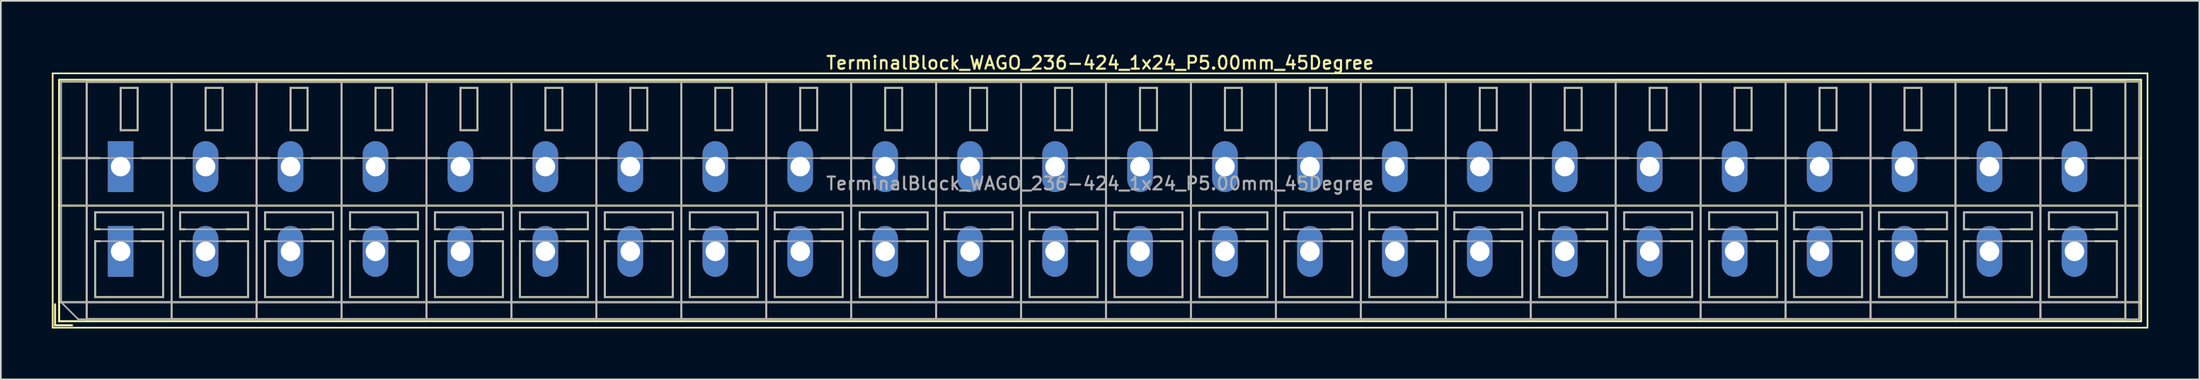
<source format=kicad_pcb>
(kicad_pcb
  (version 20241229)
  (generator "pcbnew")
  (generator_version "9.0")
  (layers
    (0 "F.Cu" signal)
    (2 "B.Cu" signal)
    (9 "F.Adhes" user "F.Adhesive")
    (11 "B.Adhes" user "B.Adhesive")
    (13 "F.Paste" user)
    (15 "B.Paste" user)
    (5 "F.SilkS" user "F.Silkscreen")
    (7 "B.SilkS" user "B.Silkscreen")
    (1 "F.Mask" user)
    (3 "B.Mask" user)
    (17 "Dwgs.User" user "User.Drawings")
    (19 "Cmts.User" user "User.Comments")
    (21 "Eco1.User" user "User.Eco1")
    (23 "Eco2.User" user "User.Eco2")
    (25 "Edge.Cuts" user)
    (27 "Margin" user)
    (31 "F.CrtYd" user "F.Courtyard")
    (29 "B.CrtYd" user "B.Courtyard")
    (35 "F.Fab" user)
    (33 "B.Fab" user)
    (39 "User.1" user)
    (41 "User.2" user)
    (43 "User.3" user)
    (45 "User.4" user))
  (footprint "TerminalBlock_WAGO_236-424_1x24_P5.00mm_45Degree"
    (layer "F.Cu")
    (at 4.05 6.778)
    (property "Reference" "TerminalBlock_WAGO_236-424_1x24_P5.00mm_45Degree" (at 57.65 -6.12 0) (layer "F.SilkS") (effects (font (size 0.75 0.75) (thickness 0.125))))
    (attr through_hole)
    (fp_line (start -4 -5.5) (end -4 9.5) (stroke (width 0.1) (type solid)) (layer "F.SilkS"))
    (fp_line (start -4 9.5) (end 119.3 9.5) (stroke (width 0.1) (type solid)) (layer "F.SilkS"))
    (fp_line (start -3.86 8.12) (end -3.86 9.36) (stroke (width 0.12) (type solid)) (layer "F.SilkS"))
    (fp_line (start -3.86 9.36) (end -2.86 9.36) (stroke (width 0.12) (type solid)) (layer "F.SilkS"))
    (fp_line (start -3.62 -5.12) (end -3.62 9.12) (stroke (width 0.12) (type solid)) (layer "F.SilkS"))
    (fp_line (start -3.62 -5.12) (end 118.92 -5.12) (stroke (width 0.12) (type solid)) (layer "F.SilkS"))
    (fp_line (start -3.62 -0.5) (end -1.23 -0.5) (stroke (width 0.12) (type solid)) (layer "F.SilkS"))
    (fp_line (start -3.62 2.3) (end 118.92 2.3) (stroke (width 0.12) (type solid)) (layer "F.SilkS"))
    (fp_line (start -3.62 8) (end 118.92 8) (stroke (width 0.12) (type solid)) (layer "F.SilkS"))
    (fp_line (start -3.62 9.12) (end 118.92 9.12) (stroke (width 0.12) (type solid)) (layer "F.SilkS"))
    (fp_line (start -2 -5) (end -2 9) (stroke (width 0.12) (type solid)) (layer "F.SilkS"))
    (fp_line (start -2 -5) (end 3 -5) (stroke (width 0.12) (type solid)) (layer "F.SilkS"))
    (fp_line (start -2 9) (end 3 9) (stroke (width 0.12) (type solid)) (layer "F.SilkS"))
    (fp_line (start -1.5 2.7) (end -1.5 3.7) (stroke (width 0.12) (type solid)) (layer "F.SilkS"))
    (fp_line (start -1.5 2.7) (end 2.5 2.7) (stroke (width 0.12) (type solid)) (layer "F.SilkS"))
    (fp_line (start -1.5 3.7) (end -1.23 3.7) (stroke (width 0.12) (type solid)) (layer "F.SilkS"))
    (fp_line (start -1.5 4.4) (end -1.5 7.7) (stroke (width 0.12) (type solid)) (layer "F.SilkS"))
    (fp_line (start -1.5 4.4) (end -1.23 4.4) (stroke (width 0.12) (type solid)) (layer "F.SilkS"))
    (fp_line (start -1.5 7.7) (end 2.5 7.7) (stroke (width 0.12) (type solid)) (layer "F.SilkS"))
    (fp_line (start 0 -4.65) (end 0 -2.151) (stroke (width 0.12) (type solid)) (layer "F.SilkS"))
    (fp_line (start 0 -4.65) (end 1 -4.65) (stroke (width 0.12) (type solid)) (layer "F.SilkS"))
    (fp_line (start 0 -2.151) (end 1 -2.151) (stroke (width 0.12) (type solid)) (layer "F.SilkS"))
    (fp_line (start 1 -4.65) (end 1 -2.151) (stroke (width 0.12) (type solid)) (layer "F.SilkS"))
    (fp_line (start 1.23 -0.5) (end 3.77 -0.5) (stroke (width 0.12) (type solid)) (layer "F.SilkS"))
    (fp_line (start 1.23 3.7) (end 2.5 3.7) (stroke (width 0.12) (type solid)) (layer "F.SilkS"))
    (fp_line (start 1.23 4.4) (end 2.5 4.4) (stroke (width 0.12) (type solid)) (layer "F.SilkS"))
    (fp_line (start 2.5 2.7) (end 2.5 3.7) (stroke (width 0.12) (type solid)) (layer "F.SilkS"))
    (fp_line (start 2.5 4.4) (end 2.5 7.7) (stroke (width 0.12) (type solid)) (layer "F.SilkS"))
    (fp_line (start 3 -5) (end 3 9) (stroke (width 0.12) (type solid)) (layer "F.SilkS"))
    (fp_line (start 3 -5) (end 3 9) (stroke (width 0.12) (type solid)) (layer "F.SilkS"))
    (fp_line (start 3 -5) (end 8 -5) (stroke (width 0.12) (type solid)) (layer "F.SilkS"))
    (fp_line (start 3 9) (end 8 9) (stroke (width 0.12) (type solid)) (layer "F.SilkS"))
    (fp_line (start 3.5 2.7) (end 3.5 3.7) (stroke (width 0.12) (type solid)) (layer "F.SilkS"))
    (fp_line (start 3.5 2.7) (end 7.5 2.7) (stroke (width 0.12) (type solid)) (layer "F.SilkS"))
    (fp_line (start 3.5 3.7) (end 3.77 3.7) (stroke (width 0.12) (type solid)) (layer "F.SilkS"))
    (fp_line (start 3.5 4.4) (end 3.5 7.7) (stroke (width 0.12) (type solid)) (layer "F.SilkS"))
    (fp_line (start 3.5 4.4) (end 3.77 4.4) (stroke (width 0.12) (type solid)) (layer "F.SilkS"))
    (fp_line (start 3.5 7.7) (end 7.5 7.7) (stroke (width 0.12) (type solid)) (layer "F.SilkS"))
    (fp_line (start 5 -4.65) (end 5 -2.151) (stroke (width 0.12) (type solid)) (layer "F.SilkS"))
    (fp_line (start 5 -4.65) (end 6 -4.65) (stroke (width 0.12) (type solid)) (layer "F.SilkS"))
    (fp_line (start 5 -2.151) (end 6 -2.151) (stroke (width 0.12) (type solid)) (layer "F.SilkS"))
    (fp_line (start 6 -4.65) (end 6 -2.151) (stroke (width 0.12) (type solid)) (layer "F.SilkS"))
    (fp_line (start 6.23 -0.5) (end 8.77 -0.5) (stroke (width 0.12) (type solid)) (layer "F.SilkS"))
    (fp_line (start 6.23 3.7) (end 7.5 3.7) (stroke (width 0.12) (type solid)) (layer "F.SilkS"))
    (fp_line (start 6.23 4.4) (end 7.5 4.4) (stroke (width 0.12) (type solid)) (layer "F.SilkS"))
    (fp_line (start 7.5 2.7) (end 7.5 3.7) (stroke (width 0.12) (type solid)) (layer "F.SilkS"))
    (fp_line (start 7.5 4.4) (end 7.5 7.7) (stroke (width 0.12) (type solid)) (layer "F.SilkS"))
    (fp_line (start 8 -5) (end 8 9) (stroke (width 0.12) (type solid)) (layer "F.SilkS"))
    (fp_line (start 8 -5) (end 8 9) (stroke (width 0.12) (type solid)) (layer "F.SilkS"))
    (fp_line (start 8 -5) (end 13 -5) (stroke (width 0.12) (type solid)) (layer "F.SilkS"))
    (fp_line (start 8 9) (end 13 9) (stroke (width 0.12) (type solid)) (layer "F.SilkS"))
    (fp_line (start 8.5 2.7) (end 8.5 3.7) (stroke (width 0.12) (type solid)) (layer "F.SilkS"))
    (fp_line (start 8.5 2.7) (end 12.5 2.7) (stroke (width 0.12) (type solid)) (layer "F.SilkS"))
    (fp_line (start 8.5 3.7) (end 8.77 3.7) (stroke (width 0.12) (type solid)) (layer "F.SilkS"))
    (fp_line (start 8.5 4.4) (end 8.5 7.7) (stroke (width 0.12) (type solid)) (layer "F.SilkS"))
    (fp_line (start 8.5 4.4) (end 8.77 4.4) (stroke (width 0.12) (type solid)) (layer "F.SilkS"))
    (fp_line (start 8.5 7.7) (end 12.5 7.7) (stroke (width 0.12) (type solid)) (layer "F.SilkS"))
    (fp_line (start 10 -4.65) (end 10 -2.151) (stroke (width 0.12) (type solid)) (layer "F.SilkS"))
    (fp_line (start 10 -4.65) (end 11 -4.65) (stroke (width 0.12) (type solid)) (layer "F.SilkS"))
    (fp_line (start 10 -2.151) (end 11 -2.151) (stroke (width 0.12) (type solid)) (layer "F.SilkS"))
    (fp_line (start 11 -4.65) (end 11 -2.151) (stroke (width 0.12) (type solid)) (layer "F.SilkS"))
    (fp_line (start 11.23 -0.5) (end 13.77 -0.5) (stroke (width 0.12) (type solid)) (layer "F.SilkS"))
    (fp_line (start 11.23 3.7) (end 12.5 3.7) (stroke (width 0.12) (type solid)) (layer "F.SilkS"))
    (fp_line (start 11.23 4.4) (end 12.5 4.4) (stroke (width 0.12) (type solid)) (layer "F.SilkS"))
    (fp_line (start 12.5 2.7) (end 12.5 3.7) (stroke (width 0.12) (type solid)) (layer "F.SilkS"))
    (fp_line (start 12.5 4.4) (end 12.5 7.7) (stroke (width 0.12) (type solid)) (layer "F.SilkS"))
    (fp_line (start 13 -5) (end 13 9) (stroke (width 0.12) (type solid)) (layer "F.SilkS"))
    (fp_line (start 13 -5) (end 13 9) (stroke (width 0.12) (type solid)) (layer "F.SilkS"))
    (fp_line (start 13 -5) (end 18 -5) (stroke (width 0.12) (type solid)) (layer "F.SilkS"))
    (fp_line (start 13 9) (end 18 9) (stroke (width 0.12) (type solid)) (layer "F.SilkS"))
    (fp_line (start 13.5 2.7) (end 13.5 3.7) (stroke (width 0.12) (type solid)) (layer "F.SilkS"))
    (fp_line (start 13.5 2.7) (end 17.5 2.7) (stroke (width 0.12) (type solid)) (layer "F.SilkS"))
    (fp_line (start 13.5 3.7) (end 13.77 3.7) (stroke (width 0.12) (type solid)) (layer "F.SilkS"))
    (fp_line (start 13.5 4.4) (end 13.5 7.7) (stroke (width 0.12) (type solid)) (layer "F.SilkS"))
    (fp_line (start 13.5 4.4) (end 13.77 4.4) (stroke (width 0.12) (type solid)) (layer "F.SilkS"))
    (fp_line (start 13.5 7.7) (end 17.5 7.7) (stroke (width 0.12) (type solid)) (layer "F.SilkS"))
    (fp_line (start 15 -4.65) (end 15 -2.151) (stroke (width 0.12) (type solid)) (layer "F.SilkS"))
    (fp_line (start 15 -4.65) (end 16 -4.65) (stroke (width 0.12) (type solid)) (layer "F.SilkS"))
    (fp_line (start 15 -2.151) (end 16 -2.151) (stroke (width 0.12) (type solid)) (layer "F.SilkS"))
    (fp_line (start 16 -4.65) (end 16 -2.151) (stroke (width 0.12) (type solid)) (layer "F.SilkS"))
    (fp_line (start 16.23 -0.5) (end 18.77 -0.5) (stroke (width 0.12) (type solid)) (layer "F.SilkS"))
    (fp_line (start 16.23 3.7) (end 17.5 3.7) (stroke (width 0.12) (type solid)) (layer "F.SilkS"))
    (fp_line (start 16.23 4.4) (end 17.5 4.4) (stroke (width 0.12) (type solid)) (layer "F.SilkS"))
    (fp_line (start 17.5 2.7) (end 17.5 3.7) (stroke (width 0.12) (type solid)) (layer "F.SilkS"))
    (fp_line (start 17.5 4.4) (end 17.5 7.7) (stroke (width 0.12) (type solid)) (layer "F.SilkS"))
    (fp_line (start 18 -5) (end 18 9) (stroke (width 0.12) (type solid)) (layer "F.SilkS"))
    (fp_line (start 18 -5) (end 18 9) (stroke (width 0.12) (type solid)) (layer "F.SilkS"))
    (fp_line (start 18 -5) (end 23 -5) (stroke (width 0.12) (type solid)) (layer "F.SilkS"))
    (fp_line (start 18 9) (end 23 9) (stroke (width 0.12) (type solid)) (layer "F.SilkS"))
    (fp_line (start 18.5 2.7) (end 18.5 3.7) (stroke (width 0.12) (type solid)) (layer "F.SilkS"))
    (fp_line (start 18.5 2.7) (end 22.5 2.7) (stroke (width 0.12) (type solid)) (layer "F.SilkS"))
    (fp_line (start 18.5 3.7) (end 18.77 3.7) (stroke (width 0.12) (type solid)) (layer "F.SilkS"))
    (fp_line (start 18.5 4.4) (end 18.5 7.7) (stroke (width 0.12) (type solid)) (layer "F.SilkS"))
    (fp_line (start 18.5 4.4) (end 18.77 4.4) (stroke (width 0.12) (type solid)) (layer "F.SilkS"))
    (fp_line (start 18.5 7.7) (end 22.5 7.7) (stroke (width 0.12) (type solid)) (layer "F.SilkS"))
    (fp_line (start 20 -4.65) (end 20 -2.151) (stroke (width 0.12) (type solid)) (layer "F.SilkS"))
    (fp_line (start 20 -4.65) (end 21 -4.65) (stroke (width 0.12) (type solid)) (layer "F.SilkS"))
    (fp_line (start 20 -2.151) (end 21 -2.151) (stroke (width 0.12) (type solid)) (layer "F.SilkS"))
    (fp_line (start 21 -4.65) (end 21 -2.151) (stroke (width 0.12) (type solid)) (layer "F.SilkS"))
    (fp_line (start 21.23 -0.5) (end 23.77 -0.5) (stroke (width 0.12) (type solid)) (layer "F.SilkS"))
    (fp_line (start 21.23 3.7) (end 22.5 3.7) (stroke (width 0.12) (type solid)) (layer "F.SilkS"))
    (fp_line (start 21.23 4.4) (end 22.5 4.4) (stroke (width 0.12) (type solid)) (layer "F.SilkS"))
    (fp_line (start 22.5 2.7) (end 22.5 3.7) (stroke (width 0.12) (type solid)) (layer "F.SilkS"))
    (fp_line (start 22.5 4.4) (end 22.5 7.7) (stroke (width 0.12) (type solid)) (layer "F.SilkS"))
    (fp_line (start 23 -5) (end 23 9) (stroke (width 0.12) (type solid)) (layer "F.SilkS"))
    (fp_line (start 23 -5) (end 23 9) (stroke (width 0.12) (type solid)) (layer "F.SilkS"))
    (fp_line (start 23 -5) (end 28 -5) (stroke (width 0.12) (type solid)) (layer "F.SilkS"))
    (fp_line (start 23 9) (end 28 9) (stroke (width 0.12) (type solid)) (layer "F.SilkS"))
    (fp_line (start 23.5 2.7) (end 23.5 3.7) (stroke (width 0.12) (type solid)) (layer "F.SilkS"))
    (fp_line (start 23.5 2.7) (end 27.5 2.7) (stroke (width 0.12) (type solid)) (layer "F.SilkS"))
    (fp_line (start 23.5 3.7) (end 23.77 3.7) (stroke (width 0.12) (type solid)) (layer "F.SilkS"))
    (fp_line (start 23.5 4.4) (end 23.5 7.7) (stroke (width 0.12) (type solid)) (layer "F.SilkS"))
    (fp_line (start 23.5 4.4) (end 23.77 4.4) (stroke (width 0.12) (type solid)) (layer "F.SilkS"))
    (fp_line (start 23.5 7.7) (end 27.5 7.7) (stroke (width 0.12) (type solid)) (layer "F.SilkS"))
    (fp_line (start 25 -4.65) (end 25 -2.151) (stroke (width 0.12) (type solid)) (layer "F.SilkS"))
    (fp_line (start 25 -4.65) (end 26 -4.65) (stroke (width 0.12) (type solid)) (layer "F.SilkS"))
    (fp_line (start 25 -2.151) (end 26 -2.151) (stroke (width 0.12) (type solid)) (layer "F.SilkS"))
    (fp_line (start 26 -4.65) (end 26 -2.151) (stroke (width 0.12) (type solid)) (layer "F.SilkS"))
    (fp_line (start 26.23 -0.5) (end 28.77 -0.5) (stroke (width 0.12) (type solid)) (layer "F.SilkS"))
    (fp_line (start 26.23 3.7) (end 27.5 3.7) (stroke (width 0.12) (type solid)) (layer "F.SilkS"))
    (fp_line (start 26.23 4.4) (end 27.5 4.4) (stroke (width 0.12) (type solid)) (layer "F.SilkS"))
    (fp_line (start 27.5 2.7) (end 27.5 3.7) (stroke (width 0.12) (type solid)) (layer "F.SilkS"))
    (fp_line (start 27.5 4.4) (end 27.5 7.7) (stroke (width 0.12) (type solid)) (layer "F.SilkS"))
    (fp_line (start 28 -5) (end 28 9) (stroke (width 0.12) (type solid)) (layer "F.SilkS"))
    (fp_line (start 28 -5) (end 28 9) (stroke (width 0.12) (type solid)) (layer "F.SilkS"))
    (fp_line (start 28 -5) (end 33 -5) (stroke (width 0.12) (type solid)) (layer "F.SilkS"))
    (fp_line (start 28 9) (end 33 9) (stroke (width 0.12) (type solid)) (layer "F.SilkS"))
    (fp_line (start 28.5 2.7) (end 28.5 3.7) (stroke (width 0.12) (type solid)) (layer "F.SilkS"))
    (fp_line (start 28.5 2.7) (end 32.5 2.7) (stroke (width 0.12) (type solid)) (layer "F.SilkS"))
    (fp_line (start 28.5 3.7) (end 28.77 3.7) (stroke (width 0.12) (type solid)) (layer "F.SilkS"))
    (fp_line (start 28.5 4.4) (end 28.5 7.7) (stroke (width 0.12) (type solid)) (layer "F.SilkS"))
    (fp_line (start 28.5 4.4) (end 28.77 4.4) (stroke (width 0.12) (type solid)) (layer "F.SilkS"))
    (fp_line (start 28.5 7.7) (end 32.5 7.7) (stroke (width 0.12) (type solid)) (layer "F.SilkS"))
    (fp_line (start 30 -4.65) (end 30 -2.151) (stroke (width 0.12) (type solid)) (layer "F.SilkS"))
    (fp_line (start 30 -4.65) (end 31 -4.65) (stroke (width 0.12) (type solid)) (layer "F.SilkS"))
    (fp_line (start 30 -2.151) (end 31 -2.151) (stroke (width 0.12) (type solid)) (layer "F.SilkS"))
    (fp_line (start 31 -4.65) (end 31 -2.151) (stroke (width 0.12) (type solid)) (layer "F.SilkS"))
    (fp_line (start 31.23 -0.5) (end 33.77 -0.5) (stroke (width 0.12) (type solid)) (layer "F.SilkS"))
    (fp_line (start 31.23 3.7) (end 32.5 3.7) (stroke (width 0.12) (type solid)) (layer "F.SilkS"))
    (fp_line (start 31.23 4.4) (end 32.5 4.4) (stroke (width 0.12) (type solid)) (layer "F.SilkS"))
    (fp_line (start 32.5 2.7) (end 32.5 3.7) (stroke (width 0.12) (type solid)) (layer "F.SilkS"))
    (fp_line (start 32.5 4.4) (end 32.5 7.7) (stroke (width 0.12) (type solid)) (layer "F.SilkS"))
    (fp_line (start 33 -5) (end 33 9) (stroke (width 0.12) (type solid)) (layer "F.SilkS"))
    (fp_line (start 33 -5) (end 33 9) (stroke (width 0.12) (type solid)) (layer "F.SilkS"))
    (fp_line (start 33 -5) (end 38 -5) (stroke (width 0.12) (type solid)) (layer "F.SilkS"))
    (fp_line (start 33 9) (end 38 9) (stroke (width 0.12) (type solid)) (layer "F.SilkS"))
    (fp_line (start 33.5 2.7) (end 33.5 3.7) (stroke (width 0.12) (type solid)) (layer "F.SilkS"))
    (fp_line (start 33.5 2.7) (end 37.5 2.7) (stroke (width 0.12) (type solid)) (layer "F.SilkS"))
    (fp_line (start 33.5 3.7) (end 33.77 3.7) (stroke (width 0.12) (type solid)) (layer "F.SilkS"))
    (fp_line (start 33.5 4.4) (end 33.5 7.7) (stroke (width 0.12) (type solid)) (layer "F.SilkS"))
    (fp_line (start 33.5 4.4) (end 33.77 4.4) (stroke (width 0.12) (type solid)) (layer "F.SilkS"))
    (fp_line (start 33.5 7.7) (end 37.5 7.7) (stroke (width 0.12) (type solid)) (layer "F.SilkS"))
    (fp_line (start 35 -4.65) (end 35 -2.151) (stroke (width 0.12) (type solid)) (layer "F.SilkS"))
    (fp_line (start 35 -4.65) (end 36 -4.65) (stroke (width 0.12) (type solid)) (layer "F.SilkS"))
    (fp_line (start 35 -2.151) (end 36 -2.151) (stroke (width 0.12) (type solid)) (layer "F.SilkS"))
    (fp_line (start 36 -4.65) (end 36 -2.151) (stroke (width 0.12) (type solid)) (layer "F.SilkS"))
    (fp_line (start 36.23 -0.5) (end 38.77 -0.5) (stroke (width 0.12) (type solid)) (layer "F.SilkS"))
    (fp_line (start 36.23 3.7) (end 37.5 3.7) (stroke (width 0.12) (type solid)) (layer "F.SilkS"))
    (fp_line (start 36.23 4.4) (end 37.5 4.4) (stroke (width 0.12) (type solid)) (layer "F.SilkS"))
    (fp_line (start 37.5 2.7) (end 37.5 3.7) (stroke (width 0.12) (type solid)) (layer "F.SilkS"))
    (fp_line (start 37.5 4.4) (end 37.5 7.7) (stroke (width 0.12) (type solid)) (layer "F.SilkS"))
    (fp_line (start 38 -5) (end 38 9) (stroke (width 0.12) (type solid)) (layer "F.SilkS"))
    (fp_line (start 38 -5) (end 38 9) (stroke (width 0.12) (type solid)) (layer "F.SilkS"))
    (fp_line (start 38 -5) (end 43 -5) (stroke (width 0.12) (type solid)) (layer "F.SilkS"))
    (fp_line (start 38 9) (end 43 9) (stroke (width 0.12) (type solid)) (layer "F.SilkS"))
    (fp_line (start 38.5 2.7) (end 38.5 3.7) (stroke (width 0.12) (type solid)) (layer "F.SilkS"))
    (fp_line (start 38.5 2.7) (end 42.5 2.7) (stroke (width 0.12) (type solid)) (layer "F.SilkS"))
    (fp_line (start 38.5 3.7) (end 38.77 3.7) (stroke (width 0.12) (type solid)) (layer "F.SilkS"))
    (fp_line (start 38.5 4.4) (end 38.5 7.7) (stroke (width 0.12) (type solid)) (layer "F.SilkS"))
    (fp_line (start 38.5 4.4) (end 38.77 4.4) (stroke (width 0.12) (type solid)) (layer "F.SilkS"))
    (fp_line (start 38.5 7.7) (end 42.5 7.7) (stroke (width 0.12) (type solid)) (layer "F.SilkS"))
    (fp_line (start 40 -4.65) (end 40 -2.151) (stroke (width 0.12) (type solid)) (layer "F.SilkS"))
    (fp_line (start 40 -4.65) (end 41 -4.65) (stroke (width 0.12) (type solid)) (layer "F.SilkS"))
    (fp_line (start 40 -2.151) (end 41 -2.151) (stroke (width 0.12) (type solid)) (layer "F.SilkS"))
    (fp_line (start 41 -4.65) (end 41 -2.151) (stroke (width 0.12) (type solid)) (layer "F.SilkS"))
    (fp_line (start 41.23 -0.5) (end 43.77 -0.5) (stroke (width 0.12) (type solid)) (layer "F.SilkS"))
    (fp_line (start 41.23 3.7) (end 42.5 3.7) (stroke (width 0.12) (type solid)) (layer "F.SilkS"))
    (fp_line (start 41.23 4.4) (end 42.5 4.4) (stroke (width 0.12) (type solid)) (layer "F.SilkS"))
    (fp_line (start 42.5 2.7) (end 42.5 3.7) (stroke (width 0.12) (type solid)) (layer "F.SilkS"))
    (fp_line (start 42.5 4.4) (end 42.5 7.7) (stroke (width 0.12) (type solid)) (layer "F.SilkS"))
    (fp_line (start 43 -5) (end 43 9) (stroke (width 0.12) (type solid)) (layer "F.SilkS"))
    (fp_line (start 43 -5) (end 43 9) (stroke (width 0.12) (type solid)) (layer "F.SilkS"))
    (fp_line (start 43 -5) (end 48 -5) (stroke (width 0.12) (type solid)) (layer "F.SilkS"))
    (fp_line (start 43 9) (end 48 9) (stroke (width 0.12) (type solid)) (layer "F.SilkS"))
    (fp_line (start 43.5 2.7) (end 43.5 3.7) (stroke (width 0.12) (type solid)) (layer "F.SilkS"))
    (fp_line (start 43.5 2.7) (end 47.5 2.7) (stroke (width 0.12) (type solid)) (layer "F.SilkS"))
    (fp_line (start 43.5 3.7) (end 43.77 3.7) (stroke (width 0.12) (type solid)) (layer "F.SilkS"))
    (fp_line (start 43.5 4.4) (end 43.5 7.7) (stroke (width 0.12) (type solid)) (layer "F.SilkS"))
    (fp_line (start 43.5 4.4) (end 43.77 4.4) (stroke (width 0.12) (type solid)) (layer "F.SilkS"))
    (fp_line (start 43.5 7.7) (end 47.5 7.7) (stroke (width 0.12) (type solid)) (layer "F.SilkS"))
    (fp_line (start 45 -4.65) (end 45 -2.151) (stroke (width 0.12) (type solid)) (layer "F.SilkS"))
    (fp_line (start 45 -4.65) (end 46 -4.65) (stroke (width 0.12) (type solid)) (layer "F.SilkS"))
    (fp_line (start 45 -2.151) (end 46 -2.151) (stroke (width 0.12) (type solid)) (layer "F.SilkS"))
    (fp_line (start 46 -4.65) (end 46 -2.151) (stroke (width 0.12) (type solid)) (layer "F.SilkS"))
    (fp_line (start 46.23 -0.5) (end 48.77 -0.5) (stroke (width 0.12) (type solid)) (layer "F.SilkS"))
    (fp_line (start 46.23 3.7) (end 47.5 3.7) (stroke (width 0.12) (type solid)) (layer "F.SilkS"))
    (fp_line (start 46.23 4.4) (end 47.5 4.4) (stroke (width 0.12) (type solid)) (layer "F.SilkS"))
    (fp_line (start 47.5 2.7) (end 47.5 3.7) (stroke (width 0.12) (type solid)) (layer "F.SilkS"))
    (fp_line (start 47.5 4.4) (end 47.5 7.7) (stroke (width 0.12) (type solid)) (layer "F.SilkS"))
    (fp_line (start 48 -5) (end 48 9) (stroke (width 0.12) (type solid)) (layer "F.SilkS"))
    (fp_line (start 48 -5) (end 48 9) (stroke (width 0.12) (type solid)) (layer "F.SilkS"))
    (fp_line (start 48 -5) (end 53 -5) (stroke (width 0.12) (type solid)) (layer "F.SilkS"))
    (fp_line (start 48 9) (end 53 9) (stroke (width 0.12) (type solid)) (layer "F.SilkS"))
    (fp_line (start 48.5 2.7) (end 48.5 3.7) (stroke (width 0.12) (type solid)) (layer "F.SilkS"))
    (fp_line (start 48.5 2.7) (end 52.5 2.7) (stroke (width 0.12) (type solid)) (layer "F.SilkS"))
    (fp_line (start 48.5 3.7) (end 48.77 3.7) (stroke (width 0.12) (type solid)) (layer "F.SilkS"))
    (fp_line (start 48.5 4.4) (end 48.5 7.7) (stroke (width 0.12) (type solid)) (layer "F.SilkS"))
    (fp_line (start 48.5 4.4) (end 48.77 4.4) (stroke (width 0.12) (type solid)) (layer "F.SilkS"))
    (fp_line (start 48.5 7.7) (end 52.5 7.7) (stroke (width 0.12) (type solid)) (layer "F.SilkS"))
    (fp_line (start 50 -4.65) (end 50 -2.151) (stroke (width 0.12) (type solid)) (layer "F.SilkS"))
    (fp_line (start 50 -4.65) (end 51 -4.65) (stroke (width 0.12) (type solid)) (layer "F.SilkS"))
    (fp_line (start 50 -2.151) (end 51 -2.151) (stroke (width 0.12) (type solid)) (layer "F.SilkS"))
    (fp_line (start 51 -4.65) (end 51 -2.151) (stroke (width 0.12) (type solid)) (layer "F.SilkS"))
    (fp_line (start 51.23 -0.5) (end 53.77 -0.5) (stroke (width 0.12) (type solid)) (layer "F.SilkS"))
    (fp_line (start 51.23 3.7) (end 52.5 3.7) (stroke (width 0.12) (type solid)) (layer "F.SilkS"))
    (fp_line (start 51.23 4.4) (end 52.5 4.4) (stroke (width 0.12) (type solid)) (layer "F.SilkS"))
    (fp_line (start 52.5 2.7) (end 52.5 3.7) (stroke (width 0.12) (type solid)) (layer "F.SilkS"))
    (fp_line (start 52.5 4.4) (end 52.5 7.7) (stroke (width 0.12) (type solid)) (layer "F.SilkS"))
    (fp_line (start 53 -5) (end 53 9) (stroke (width 0.12) (type solid)) (layer "F.SilkS"))
    (fp_line (start 53 -5) (end 53 9) (stroke (width 0.12) (type solid)) (layer "F.SilkS"))
    (fp_line (start 53 -5) (end 58 -5) (stroke (width 0.12) (type solid)) (layer "F.SilkS"))
    (fp_line (start 53 9) (end 58 9) (stroke (width 0.12) (type solid)) (layer "F.SilkS"))
    (fp_line (start 53.5 2.7) (end 53.5 3.7) (stroke (width 0.12) (type solid)) (layer "F.SilkS"))
    (fp_line (start 53.5 2.7) (end 57.5 2.7) (stroke (width 0.12) (type solid)) (layer "F.SilkS"))
    (fp_line (start 53.5 3.7) (end 53.77 3.7) (stroke (width 0.12) (type solid)) (layer "F.SilkS"))
    (fp_line (start 53.5 4.4) (end 53.5 7.7) (stroke (width 0.12) (type solid)) (layer "F.SilkS"))
    (fp_line (start 53.5 4.4) (end 53.77 4.4) (stroke (width 0.12) (type solid)) (layer "F.SilkS"))
    (fp_line (start 53.5 7.7) (end 57.5 7.7) (stroke (width 0.12) (type solid)) (layer "F.SilkS"))
    (fp_line (start 55 -4.65) (end 55 -2.151) (stroke (width 0.12) (type solid)) (layer "F.SilkS"))
    (fp_line (start 55 -4.65) (end 56 -4.65) (stroke (width 0.12) (type solid)) (layer "F.SilkS"))
    (fp_line (start 55 -2.151) (end 56 -2.151) (stroke (width 0.12) (type solid)) (layer "F.SilkS"))
    (fp_line (start 56 -4.65) (end 56 -2.151) (stroke (width 0.12) (type solid)) (layer "F.SilkS"))
    (fp_line (start 56.23 -0.5) (end 58.77 -0.5) (stroke (width 0.12) (type solid)) (layer "F.SilkS"))
    (fp_line (start 56.23 3.7) (end 57.5 3.7) (stroke (width 0.12) (type solid)) (layer "F.SilkS"))
    (fp_line (start 56.23 4.4) (end 57.5 4.4) (stroke (width 0.12) (type solid)) (layer "F.SilkS"))
    (fp_line (start 57.5 2.7) (end 57.5 3.7) (stroke (width 0.12) (type solid)) (layer "F.SilkS"))
    (fp_line (start 57.5 4.4) (end 57.5 7.7) (stroke (width 0.12) (type solid)) (layer "F.SilkS"))
    (fp_line (start 58 -5) (end 58 9) (stroke (width 0.12) (type solid)) (layer "F.SilkS"))
    (fp_line (start 58 -5) (end 58 9) (stroke (width 0.12) (type solid)) (layer "F.SilkS"))
    (fp_line (start 58 -5) (end 63 -5) (stroke (width 0.12) (type solid)) (layer "F.SilkS"))
    (fp_line (start 58 9) (end 63 9) (stroke (width 0.12) (type solid)) (layer "F.SilkS"))
    (fp_line (start 58.5 2.7) (end 58.5 3.7) (stroke (width 0.12) (type solid)) (layer "F.SilkS"))
    (fp_line (start 58.5 2.7) (end 62.5 2.7) (stroke (width 0.12) (type solid)) (layer "F.SilkS"))
    (fp_line (start 58.5 3.7) (end 58.77 3.7) (stroke (width 0.12) (type solid)) (layer "F.SilkS"))
    (fp_line (start 58.5 4.4) (end 58.5 7.7) (stroke (width 0.12) (type solid)) (layer "F.SilkS"))
    (fp_line (start 58.5 4.4) (end 58.77 4.4) (stroke (width 0.12) (type solid)) (layer "F.SilkS"))
    (fp_line (start 58.5 7.7) (end 62.5 7.7) (stroke (width 0.12) (type solid)) (layer "F.SilkS"))
    (fp_line (start 60 -4.65) (end 60 -2.151) (stroke (width 0.12) (type solid)) (layer "F.SilkS"))
    (fp_line (start 60 -4.65) (end 61 -4.65) (stroke (width 0.12) (type solid)) (layer "F.SilkS"))
    (fp_line (start 60 -2.151) (end 61 -2.151) (stroke (width 0.12) (type solid)) (layer "F.SilkS"))
    (fp_line (start 61 -4.65) (end 61 -2.151) (stroke (width 0.12) (type solid)) (layer "F.SilkS"))
    (fp_line (start 61.23 -0.5) (end 63.77 -0.5) (stroke (width 0.12) (type solid)) (layer "F.SilkS"))
    (fp_line (start 61.23 3.7) (end 62.5 3.7) (stroke (width 0.12) (type solid)) (layer "F.SilkS"))
    (fp_line (start 61.23 4.4) (end 62.5 4.4) (stroke (width 0.12) (type solid)) (layer "F.SilkS"))
    (fp_line (start 62.5 2.7) (end 62.5 3.7) (stroke (width 0.12) (type solid)) (layer "F.SilkS"))
    (fp_line (start 62.5 4.4) (end 62.5 7.7) (stroke (width 0.12) (type solid)) (layer "F.SilkS"))
    (fp_line (start 63 -5) (end 63 9) (stroke (width 0.12) (type solid)) (layer "F.SilkS"))
    (fp_line (start 63 -5) (end 63 9) (stroke (width 0.12) (type solid)) (layer "F.SilkS"))
    (fp_line (start 63 -5) (end 68 -5) (stroke (width 0.12) (type solid)) (layer "F.SilkS"))
    (fp_line (start 63 9) (end 68 9) (stroke (width 0.12) (type solid)) (layer "F.SilkS"))
    (fp_line (start 63.5 2.7) (end 63.5 3.7) (stroke (width 0.12) (type solid)) (layer "F.SilkS"))
    (fp_line (start 63.5 2.7) (end 67.5 2.7) (stroke (width 0.12) (type solid)) (layer "F.SilkS"))
    (fp_line (start 63.5 3.7) (end 63.77 3.7) (stroke (width 0.12) (type solid)) (layer "F.SilkS"))
    (fp_line (start 63.5 4.4) (end 63.5 7.7) (stroke (width 0.12) (type solid)) (layer "F.SilkS"))
    (fp_line (start 63.5 4.4) (end 63.77 4.4) (stroke (width 0.12) (type solid)) (layer "F.SilkS"))
    (fp_line (start 63.5 7.7) (end 67.5 7.7) (stroke (width 0.12) (type solid)) (layer "F.SilkS"))
    (fp_line (start 65 -4.65) (end 65 -2.151) (stroke (width 0.12) (type solid)) (layer "F.SilkS"))
    (fp_line (start 65 -4.65) (end 66 -4.65) (stroke (width 0.12) (type solid)) (layer "F.SilkS"))
    (fp_line (start 65 -2.151) (end 66 -2.151) (stroke (width 0.12) (type solid)) (layer "F.SilkS"))
    (fp_line (start 66 -4.65) (end 66 -2.151) (stroke (width 0.12) (type solid)) (layer "F.SilkS"))
    (fp_line (start 66.23 -0.5) (end 68.77 -0.5) (stroke (width 0.12) (type solid)) (layer "F.SilkS"))
    (fp_line (start 66.23 3.7) (end 67.5 3.7) (stroke (width 0.12) (type solid)) (layer "F.SilkS"))
    (fp_line (start 66.23 4.4) (end 67.5 4.4) (stroke (width 0.12) (type solid)) (layer "F.SilkS"))
    (fp_line (start 67.5 2.7) (end 67.5 3.7) (stroke (width 0.12) (type solid)) (layer "F.SilkS"))
    (fp_line (start 67.5 4.4) (end 67.5 7.7) (stroke (width 0.12) (type solid)) (layer "F.SilkS"))
    (fp_line (start 68 -5) (end 68 9) (stroke (width 0.12) (type solid)) (layer "F.SilkS"))
    (fp_line (start 68 -5) (end 68 9) (stroke (width 0.12) (type solid)) (layer "F.SilkS"))
    (fp_line (start 68 -5) (end 73 -5) (stroke (width 0.12) (type solid)) (layer "F.SilkS"))
    (fp_line (start 68 9) (end 73 9) (stroke (width 0.12) (type solid)) (layer "F.SilkS"))
    (fp_line (start 68.5 2.7) (end 68.5 3.7) (stroke (width 0.12) (type solid)) (layer "F.SilkS"))
    (fp_line (start 68.5 2.7) (end 72.5 2.7) (stroke (width 0.12) (type solid)) (layer "F.SilkS"))
    (fp_line (start 68.5 3.7) (end 68.77 3.7) (stroke (width 0.12) (type solid)) (layer "F.SilkS"))
    (fp_line (start 68.5 4.4) (end 68.5 7.7) (stroke (width 0.12) (type solid)) (layer "F.SilkS"))
    (fp_line (start 68.5 4.4) (end 68.77 4.4) (stroke (width 0.12) (type solid)) (layer "F.SilkS"))
    (fp_line (start 68.5 7.7) (end 72.5 7.7) (stroke (width 0.12) (type solid)) (layer "F.SilkS"))
    (fp_line (start 70 -4.65) (end 70 -2.151) (stroke (width 0.12) (type solid)) (layer "F.SilkS"))
    (fp_line (start 70 -4.65) (end 71 -4.65) (stroke (width 0.12) (type solid)) (layer "F.SilkS"))
    (fp_line (start 70 -2.151) (end 71 -2.151) (stroke (width 0.12) (type solid)) (layer "F.SilkS"))
    (fp_line (start 71 -4.65) (end 71 -2.151) (stroke (width 0.12) (type solid)) (layer "F.SilkS"))
    (fp_line (start 71.23 -0.5) (end 73.77 -0.5) (stroke (width 0.12) (type solid)) (layer "F.SilkS"))
    (fp_line (start 71.23 3.7) (end 72.5 3.7) (stroke (width 0.12) (type solid)) (layer "F.SilkS"))
    (fp_line (start 71.23 4.4) (end 72.5 4.4) (stroke (width 0.12) (type solid)) (layer "F.SilkS"))
    (fp_line (start 72.5 2.7) (end 72.5 3.7) (stroke (width 0.12) (type solid)) (layer "F.SilkS"))
    (fp_line (start 72.5 4.4) (end 72.5 7.7) (stroke (width 0.12) (type solid)) (layer "F.SilkS"))
    (fp_line (start 73 -5) (end 73 9) (stroke (width 0.12) (type solid)) (layer "F.SilkS"))
    (fp_line (start 73 -5) (end 73 9) (stroke (width 0.12) (type solid)) (layer "F.SilkS"))
    (fp_line (start 73 -5) (end 78 -5) (stroke (width 0.12) (type solid)) (layer "F.SilkS"))
    (fp_line (start 73 9) (end 78 9) (stroke (width 0.12) (type solid)) (layer "F.SilkS"))
    (fp_line (start 73.5 2.7) (end 73.5 3.7) (stroke (width 0.12) (type solid)) (layer "F.SilkS"))
    (fp_line (start 73.5 2.7) (end 77.5 2.7) (stroke (width 0.12) (type solid)) (layer "F.SilkS"))
    (fp_line (start 73.5 3.7) (end 73.77 3.7) (stroke (width 0.12) (type solid)) (layer "F.SilkS"))
    (fp_line (start 73.5 4.4) (end 73.5 7.7) (stroke (width 0.12) (type solid)) (layer "F.SilkS"))
    (fp_line (start 73.5 4.4) (end 73.77 4.4) (stroke (width 0.12) (type solid)) (layer "F.SilkS"))
    (fp_line (start 73.5 7.7) (end 77.5 7.7) (stroke (width 0.12) (type solid)) (layer "F.SilkS"))
    (fp_line (start 75 -4.65) (end 75 -2.151) (stroke (width 0.12) (type solid)) (layer "F.SilkS"))
    (fp_line (start 75 -4.65) (end 76 -4.65) (stroke (width 0.12) (type solid)) (layer "F.SilkS"))
    (fp_line (start 75 -2.151) (end 76 -2.151) (stroke (width 0.12) (type solid)) (layer "F.SilkS"))
    (fp_line (start 76 -4.65) (end 76 -2.151) (stroke (width 0.12) (type solid)) (layer "F.SilkS"))
    (fp_line (start 76.23 -0.5) (end 78.77 -0.5) (stroke (width 0.12) (type solid)) (layer "F.SilkS"))
    (fp_line (start 76.23 3.7) (end 77.5 3.7) (stroke (width 0.12) (type solid)) (layer "F.SilkS"))
    (fp_line (start 76.23 4.4) (end 77.5 4.4) (stroke (width 0.12) (type solid)) (layer "F.SilkS"))
    (fp_line (start 77.5 2.7) (end 77.5 3.7) (stroke (width 0.12) (type solid)) (layer "F.SilkS"))
    (fp_line (start 77.5 4.4) (end 77.5 7.7) (stroke (width 0.12) (type solid)) (layer "F.SilkS"))
    (fp_line (start 78 -5) (end 78 9) (stroke (width 0.12) (type solid)) (layer "F.SilkS"))
    (fp_line (start 78 -5) (end 78 9) (stroke (width 0.12) (type solid)) (layer "F.SilkS"))
    (fp_line (start 78 -5) (end 83 -5) (stroke (width 0.12) (type solid)) (layer "F.SilkS"))
    (fp_line (start 78 9) (end 83 9) (stroke (width 0.12) (type solid)) (layer "F.SilkS"))
    (fp_line (start 78.5 2.7) (end 78.5 3.7) (stroke (width 0.12) (type solid)) (layer "F.SilkS"))
    (fp_line (start 78.5 2.7) (end 82.5 2.7) (stroke (width 0.12) (type solid)) (layer "F.SilkS"))
    (fp_line (start 78.5 3.7) (end 78.77 3.7) (stroke (width 0.12) (type solid)) (layer "F.SilkS"))
    (fp_line (start 78.5 4.4) (end 78.5 7.7) (stroke (width 0.12) (type solid)) (layer "F.SilkS"))
    (fp_line (start 78.5 4.4) (end 78.77 4.4) (stroke (width 0.12) (type solid)) (layer "F.SilkS"))
    (fp_line (start 78.5 7.7) (end 82.5 7.7) (stroke (width 0.12) (type solid)) (layer "F.SilkS"))
    (fp_line (start 80 -4.65) (end 80 -2.151) (stroke (width 0.12) (type solid)) (layer "F.SilkS"))
    (fp_line (start 80 -4.65) (end 81 -4.65) (stroke (width 0.12) (type solid)) (layer "F.SilkS"))
    (fp_line (start 80 -2.151) (end 81 -2.151) (stroke (width 0.12) (type solid)) (layer "F.SilkS"))
    (fp_line (start 81 -4.65) (end 81 -2.151) (stroke (width 0.12) (type solid)) (layer "F.SilkS"))
    (fp_line (start 81.23 -0.5) (end 83.77 -0.5) (stroke (width 0.12) (type solid)) (layer "F.SilkS"))
    (fp_line (start 81.23 3.7) (end 82.5 3.7) (stroke (width 0.12) (type solid)) (layer "F.SilkS"))
    (fp_line (start 81.23 4.4) (end 82.5 4.4) (stroke (width 0.12) (type solid)) (layer "F.SilkS"))
    (fp_line (start 82.5 2.7) (end 82.5 3.7) (stroke (width 0.12) (type solid)) (layer "F.SilkS"))
    (fp_line (start 82.5 4.4) (end 82.5 7.7) (stroke (width 0.12) (type solid)) (layer "F.SilkS"))
    (fp_line (start 83 -5) (end 83 9) (stroke (width 0.12) (type solid)) (layer "F.SilkS"))
    (fp_line (start 83 -5) (end 83 9) (stroke (width 0.12) (type solid)) (layer "F.SilkS"))
    (fp_line (start 83 -5) (end 88 -5) (stroke (width 0.12) (type solid)) (layer "F.SilkS"))
    (fp_line (start 83 9) (end 88 9) (stroke (width 0.12) (type solid)) (layer "F.SilkS"))
    (fp_line (start 83.5 2.7) (end 83.5 3.7) (stroke (width 0.12) (type solid)) (layer "F.SilkS"))
    (fp_line (start 83.5 2.7) (end 87.5 2.7) (stroke (width 0.12) (type solid)) (layer "F.SilkS"))
    (fp_line (start 83.5 3.7) (end 83.77 3.7) (stroke (width 0.12) (type solid)) (layer "F.SilkS"))
    (fp_line (start 83.5 4.4) (end 83.5 7.7) (stroke (width 0.12) (type solid)) (layer "F.SilkS"))
    (fp_line (start 83.5 4.4) (end 83.77 4.4) (stroke (width 0.12) (type solid)) (layer "F.SilkS"))
    (fp_line (start 83.5 7.7) (end 87.5 7.7) (stroke (width 0.12) (type solid)) (layer "F.SilkS"))
    (fp_line (start 85 -4.65) (end 85 -2.151) (stroke (width 0.12) (type solid)) (layer "F.SilkS"))
    (fp_line (start 85 -4.65) (end 86 -4.65) (stroke (width 0.12) (type solid)) (layer "F.SilkS"))
    (fp_line (start 85 -2.151) (end 86 -2.151) (stroke (width 0.12) (type solid)) (layer "F.SilkS"))
    (fp_line (start 86 -4.65) (end 86 -2.151) (stroke (width 0.12) (type solid)) (layer "F.SilkS"))
    (fp_line (start 86.23 -0.5) (end 88.77 -0.5) (stroke (width 0.12) (type solid)) (layer "F.SilkS"))
    (fp_line (start 86.23 3.7) (end 87.5 3.7) (stroke (width 0.12) (type solid)) (layer "F.SilkS"))
    (fp_line (start 86.23 4.4) (end 87.5 4.4) (stroke (width 0.12) (type solid)) (layer "F.SilkS"))
    (fp_line (start 87.5 2.7) (end 87.5 3.7) (stroke (width 0.12) (type solid)) (layer "F.SilkS"))
    (fp_line (start 87.5 4.4) (end 87.5 7.7) (stroke (width 0.12) (type solid)) (layer "F.SilkS"))
    (fp_line (start 88 -5) (end 88 9) (stroke (width 0.12) (type solid)) (layer "F.SilkS"))
    (fp_line (start 88 -5) (end 88 9) (stroke (width 0.12) (type solid)) (layer "F.SilkS"))
    (fp_line (start 88 -5) (end 93 -5) (stroke (width 0.12) (type solid)) (layer "F.SilkS"))
    (fp_line (start 88 9) (end 93 9) (stroke (width 0.12) (type solid)) (layer "F.SilkS"))
    (fp_line (start 88.5 2.7) (end 88.5 3.7) (stroke (width 0.12) (type solid)) (layer "F.SilkS"))
    (fp_line (start 88.5 2.7) (end 92.5 2.7) (stroke (width 0.12) (type solid)) (layer "F.SilkS"))
    (fp_line (start 88.5 3.7) (end 88.77 3.7) (stroke (width 0.12) (type solid)) (layer "F.SilkS"))
    (fp_line (start 88.5 4.4) (end 88.5 7.7) (stroke (width 0.12) (type solid)) (layer "F.SilkS"))
    (fp_line (start 88.5 4.4) (end 88.77 4.4) (stroke (width 0.12) (type solid)) (layer "F.SilkS"))
    (fp_line (start 88.5 7.7) (end 92.5 7.7) (stroke (width 0.12) (type solid)) (layer "F.SilkS"))
    (fp_line (start 90 -4.65) (end 90 -2.151) (stroke (width 0.12) (type solid)) (layer "F.SilkS"))
    (fp_line (start 90 -4.65) (end 91 -4.65) (stroke (width 0.12) (type solid)) (layer "F.SilkS"))
    (fp_line (start 90 -2.151) (end 91 -2.151) (stroke (width 0.12) (type solid)) (layer "F.SilkS"))
    (fp_line (start 91 -4.65) (end 91 -2.151) (stroke (width 0.12) (type solid)) (layer "F.SilkS"))
    (fp_line (start 91.23 -0.5) (end 93.77 -0.5) (stroke (width 0.12) (type solid)) (layer "F.SilkS"))
    (fp_line (start 91.23 3.7) (end 92.5 3.7) (stroke (width 0.12) (type solid)) (layer "F.SilkS"))
    (fp_line (start 91.23 4.4) (end 92.5 4.4) (stroke (width 0.12) (type solid)) (layer "F.SilkS"))
    (fp_line (start 92.5 2.7) (end 92.5 3.7) (stroke (width 0.12) (type solid)) (layer "F.SilkS"))
    (fp_line (start 92.5 4.4) (end 92.5 7.7) (stroke (width 0.12) (type solid)) (layer "F.SilkS"))
    (fp_line (start 93 -5) (end 93 9) (stroke (width 0.12) (type solid)) (layer "F.SilkS"))
    (fp_line (start 93 -5) (end 93 9) (stroke (width 0.12) (type solid)) (layer "F.SilkS"))
    (fp_line (start 93 -5) (end 98 -5) (stroke (width 0.12) (type solid)) (layer "F.SilkS"))
    (fp_line (start 93 9) (end 98 9) (stroke (width 0.12) (type solid)) (layer "F.SilkS"))
    (fp_line (start 93.5 2.7) (end 93.5 3.7) (stroke (width 0.12) (type solid)) (layer "F.SilkS"))
    (fp_line (start 93.5 2.7) (end 97.5 2.7) (stroke (width 0.12) (type solid)) (layer "F.SilkS"))
    (fp_line (start 93.5 3.7) (end 93.77 3.7) (stroke (width 0.12) (type solid)) (layer "F.SilkS"))
    (fp_line (start 93.5 4.4) (end 93.5 7.7) (stroke (width 0.12) (type solid)) (layer "F.SilkS"))
    (fp_line (start 93.5 4.4) (end 93.77 4.4) (stroke (width 0.12) (type solid)) (layer "F.SilkS"))
    (fp_line (start 93.5 7.7) (end 97.5 7.7) (stroke (width 0.12) (type solid)) (layer "F.SilkS"))
    (fp_line (start 95 -4.65) (end 95 -2.151) (stroke (width 0.12) (type solid)) (layer "F.SilkS"))
    (fp_line (start 95 -4.65) (end 96 -4.65) (stroke (width 0.12) (type solid)) (layer "F.SilkS"))
    (fp_line (start 95 -2.151) (end 96 -2.151) (stroke (width 0.12) (type solid)) (layer "F.SilkS"))
    (fp_line (start 96 -4.65) (end 96 -2.151) (stroke (width 0.12) (type solid)) (layer "F.SilkS"))
    (fp_line (start 96.23 -0.5) (end 98.77 -0.5) (stroke (width 0.12) (type solid)) (layer "F.SilkS"))
    (fp_line (start 96.23 3.7) (end 97.5 3.7) (stroke (width 0.12) (type solid)) (layer "F.SilkS"))
    (fp_line (start 96.23 4.4) (end 97.5 4.4) (stroke (width 0.12) (type solid)) (layer "F.SilkS"))
    (fp_line (start 97.5 2.7) (end 97.5 3.7) (stroke (width 0.12) (type solid)) (layer "F.SilkS"))
    (fp_line (start 97.5 4.4) (end 97.5 7.7) (stroke (width 0.12) (type solid)) (layer "F.SilkS"))
    (fp_line (start 98 -5) (end 98 9) (stroke (width 0.12) (type solid)) (layer "F.SilkS"))
    (fp_line (start 98 -5) (end 98 9) (stroke (width 0.12) (type solid)) (layer "F.SilkS"))
    (fp_line (start 98 -5) (end 103 -5) (stroke (width 0.12) (type solid)) (layer "F.SilkS"))
    (fp_line (start 98 9) (end 103 9) (stroke (width 0.12) (type solid)) (layer "F.SilkS"))
    (fp_line (start 98.5 2.7) (end 98.5 3.7) (stroke (width 0.12) (type solid)) (layer "F.SilkS"))
    (fp_line (start 98.5 2.7) (end 102.5 2.7) (stroke (width 0.12) (type solid)) (layer "F.SilkS"))
    (fp_line (start 98.5 3.7) (end 98.77 3.7) (stroke (width 0.12) (type solid)) (layer "F.SilkS"))
    (fp_line (start 98.5 4.4) (end 98.5 7.7) (stroke (width 0.12) (type solid)) (layer "F.SilkS"))
    (fp_line (start 98.5 4.4) (end 98.77 4.4) (stroke (width 0.12) (type solid)) (layer "F.SilkS"))
    (fp_line (start 98.5 7.7) (end 102.5 7.7) (stroke (width 0.12) (type solid)) (layer "F.SilkS"))
    (fp_line (start 100 -4.65) (end 100 -2.151) (stroke (width 0.12) (type solid)) (layer "F.SilkS"))
    (fp_line (start 100 -4.65) (end 101 -4.65) (stroke (width 0.12) (type solid)) (layer "F.SilkS"))
    (fp_line (start 100 -2.151) (end 101 -2.151) (stroke (width 0.12) (type solid)) (layer "F.SilkS"))
    (fp_line (start 101 -4.65) (end 101 -2.151) (stroke (width 0.12) (type solid)) (layer "F.SilkS"))
    (fp_line (start 101.23 -0.5) (end 103.77 -0.5) (stroke (width 0.12) (type solid)) (layer "F.SilkS"))
    (fp_line (start 101.23 3.7) (end 102.5 3.7) (stroke (width 0.12) (type solid)) (layer "F.SilkS"))
    (fp_line (start 101.23 4.4) (end 102.5 4.4) (stroke (width 0.12) (type solid)) (layer "F.SilkS"))
    (fp_line (start 102.5 2.7) (end 102.5 3.7) (stroke (width 0.12) (type solid)) (layer "F.SilkS"))
    (fp_line (start 102.5 4.4) (end 102.5 7.7) (stroke (width 0.12) (type solid)) (layer "F.SilkS"))
    (fp_line (start 103 -5) (end 103 9) (stroke (width 0.12) (type solid)) (layer "F.SilkS"))
    (fp_line (start 103 -5) (end 103 9) (stroke (width 0.12) (type solid)) (layer "F.SilkS"))
    (fp_line (start 103 -5) (end 108 -5) (stroke (width 0.12) (type solid)) (layer "F.SilkS"))
    (fp_line (start 103 9) (end 108 9) (stroke (width 0.12) (type solid)) (layer "F.SilkS"))
    (fp_line (start 103.5 2.7) (end 103.5 3.7) (stroke (width 0.12) (type solid)) (layer "F.SilkS"))
    (fp_line (start 103.5 2.7) (end 107.5 2.7) (stroke (width 0.12) (type solid)) (layer "F.SilkS"))
    (fp_line (start 103.5 3.7) (end 103.77 3.7) (stroke (width 0.12) (type solid)) (layer "F.SilkS"))
    (fp_line (start 103.5 4.4) (end 103.5 7.7) (stroke (width 0.12) (type solid)) (layer "F.SilkS"))
    (fp_line (start 103.5 4.4) (end 103.77 4.4) (stroke (width 0.12) (type solid)) (layer "F.SilkS"))
    (fp_line (start 103.5 7.7) (end 107.5 7.7) (stroke (width 0.12) (type solid)) (layer "F.SilkS"))
    (fp_line (start 105 -4.65) (end 105 -2.151) (stroke (width 0.12) (type solid)) (layer "F.SilkS"))
    (fp_line (start 105 -4.65) (end 106 -4.65) (stroke (width 0.12) (type solid)) (layer "F.SilkS"))
    (fp_line (start 105 -2.151) (end 106 -2.151) (stroke (width 0.12) (type solid)) (layer "F.SilkS"))
    (fp_line (start 106 -4.65) (end 106 -2.151) (stroke (width 0.12) (type solid)) (layer "F.SilkS"))
    (fp_line (start 106.23 -0.5) (end 108.77 -0.5) (stroke (width 0.12) (type solid)) (layer "F.SilkS"))
    (fp_line (start 106.23 3.7) (end 107.5 3.7) (stroke (width 0.12) (type solid)) (layer "F.SilkS"))
    (fp_line (start 106.23 4.4) (end 107.5 4.4) (stroke (width 0.12) (type solid)) (layer "F.SilkS"))
    (fp_line (start 107.5 2.7) (end 107.5 3.7) (stroke (width 0.12) (type solid)) (layer "F.SilkS"))
    (fp_line (start 107.5 4.4) (end 107.5 7.7) (stroke (width 0.12) (type solid)) (layer "F.SilkS"))
    (fp_line (start 108 -5) (end 108 9) (stroke (width 0.12) (type solid)) (layer "F.SilkS"))
    (fp_line (start 108 -5) (end 108 9) (stroke (width 0.12) (type solid)) (layer "F.SilkS"))
    (fp_line (start 108 -5) (end 113 -5) (stroke (width 0.12) (type solid)) (layer "F.SilkS"))
    (fp_line (start 108 9) (end 113 9) (stroke (width 0.12) (type solid)) (layer "F.SilkS"))
    (fp_line (start 108.5 2.7) (end 108.5 3.7) (stroke (width 0.12) (type solid)) (layer "F.SilkS"))
    (fp_line (start 108.5 2.7) (end 112.5 2.7) (stroke (width 0.12) (type solid)) (layer "F.SilkS"))
    (fp_line (start 108.5 3.7) (end 108.77 3.7) (stroke (width 0.12) (type solid)) (layer "F.SilkS"))
    (fp_line (start 108.5 4.4) (end 108.5 7.7) (stroke (width 0.12) (type solid)) (layer "F.SilkS"))
    (fp_line (start 108.5 4.4) (end 108.77 4.4) (stroke (width 0.12) (type solid)) (layer "F.SilkS"))
    (fp_line (start 108.5 7.7) (end 112.5 7.7) (stroke (width 0.12) (type solid)) (layer "F.SilkS"))
    (fp_line (start 110 -4.65) (end 110 -2.151) (stroke (width 0.12) (type solid)) (layer "F.SilkS"))
    (fp_line (start 110 -4.65) (end 111 -4.65) (stroke (width 0.12) (type solid)) (layer "F.SilkS"))
    (fp_line (start 110 -2.151) (end 111 -2.151) (stroke (width 0.12) (type solid)) (layer "F.SilkS"))
    (fp_line (start 111 -4.65) (end 111 -2.151) (stroke (width 0.12) (type solid)) (layer "F.SilkS"))
    (fp_line (start 111.23 -0.5) (end 113.77 -0.5) (stroke (width 0.12) (type solid)) (layer "F.SilkS"))
    (fp_line (start 111.23 3.7) (end 112.5 3.7) (stroke (width 0.12) (type solid)) (layer "F.SilkS"))
    (fp_line (start 111.23 4.4) (end 112.5 4.4) (stroke (width 0.12) (type solid)) (layer "F.SilkS"))
    (fp_line (start 112.5 2.7) (end 112.5 3.7) (stroke (width 0.12) (type solid)) (layer "F.SilkS"))
    (fp_line (start 112.5 4.4) (end 112.5 7.7) (stroke (width 0.12) (type solid)) (layer "F.SilkS"))
    (fp_line (start 113 -5) (end 113 9) (stroke (width 0.12) (type solid)) (layer "F.SilkS"))
    (fp_line (start 113 -5) (end 113 9) (stroke (width 0.12) (type solid)) (layer "F.SilkS"))
    (fp_line (start 113 -5) (end 118 -5) (stroke (width 0.12) (type solid)) (layer "F.SilkS"))
    (fp_line (start 113 9) (end 118 9) (stroke (width 0.12) (type solid)) (layer "F.SilkS"))
    (fp_line (start 113.5 2.7) (end 113.5 3.7) (stroke (width 0.12) (type solid)) (layer "F.SilkS"))
    (fp_line (start 113.5 2.7) (end 117.5 2.7) (stroke (width 0.12) (type solid)) (layer "F.SilkS"))
    (fp_line (start 113.5 3.7) (end 113.77 3.7) (stroke (width 0.12) (type solid)) (layer "F.SilkS"))
    (fp_line (start 113.5 4.4) (end 113.5 7.7) (stroke (width 0.12) (type solid)) (layer "F.SilkS"))
    (fp_line (start 113.5 4.4) (end 113.77 4.4) (stroke (width 0.12) (type solid)) (layer "F.SilkS"))
    (fp_line (start 113.5 7.7) (end 117.5 7.7) (stroke (width 0.12) (type solid)) (layer "F.SilkS"))
    (fp_line (start 115 -4.65) (end 115 -2.151) (stroke (width 0.12) (type solid)) (layer "F.SilkS"))
    (fp_line (start 115 -4.65) (end 116 -4.65) (stroke (width 0.12) (type solid)) (layer "F.SilkS"))
    (fp_line (start 115 -2.151) (end 116 -2.151) (stroke (width 0.12) (type solid)) (layer "F.SilkS"))
    (fp_line (start 116 -4.65) (end 116 -2.151) (stroke (width 0.12) (type solid)) (layer "F.SilkS"))
    (fp_line (start 116.23 -0.5) (end 118.92 -0.5) (stroke (width 0.12) (type solid)) (layer "F.SilkS"))
    (fp_line (start 116.23 3.7) (end 117.5 3.7) (stroke (width 0.12) (type solid)) (layer "F.SilkS"))
    (fp_line (start 116.23 4.4) (end 117.5 4.4) (stroke (width 0.12) (type solid)) (layer "F.SilkS"))
    (fp_line (start 117.5 2.7) (end 117.5 3.7) (stroke (width 0.12) (type solid)) (layer "F.SilkS"))
    (fp_line (start 117.5 4.4) (end 117.5 7.7) (stroke (width 0.12) (type solid)) (layer "F.SilkS"))
    (fp_line (start 118 -5) (end 118 9) (stroke (width 0.12) (type solid)) (layer "F.SilkS"))
    (fp_line (start 118.92 -5.12) (end 118.92 9.12) (stroke (width 0.12) (type solid)) (layer "F.SilkS"))
    (fp_line (start 119.3 -5.5) (end -4 -5.5) (stroke (width 0.1) (type solid)) (layer "F.SilkS"))
    (fp_line (start 119.3 9.5) (end 119.3 -5.5) (stroke (width 0.1) (type solid)) (layer "F.SilkS"))
    (fp_line (start -3.5 -5) (end 118.8 -5) (stroke (width 0.1) (type solid)) (layer "F.Fab"))
    (fp_line (start -3.5 -0.5) (end 118.8 -0.5) (stroke (width 0.1) (type solid)) (layer "F.Fab"))
    (fp_line (start -3.5 2.3) (end 118.8 2.3) (stroke (width 0.1) (type solid)) (layer "F.Fab"))
    (fp_line (start -3.5 8) (end -3.5 -5) (stroke (width 0.1) (type solid)) (layer "F.Fab"))
    (fp_line (start -3.5 8) (end 118.8 8) (stroke (width 0.1) (type solid)) (layer "F.Fab"))
    (fp_line (start -2.5 9) (end -3.5 8) (stroke (width 0.1) (type solid)) (layer "F.Fab"))
    (fp_line (start -2 -5) (end -2 9) (stroke (width 0.1) (type solid)) (layer "F.Fab"))
    (fp_line (start -2 9) (end 3 9) (stroke (width 0.1) (type solid)) (layer "F.Fab"))
    (fp_line (start -1.5 2.7) (end -1.5 3.7) (stroke (width 0.1) (type solid)) (layer "F.Fab"))
    (fp_line (start -1.5 3.7) (end 2.5 3.7) (stroke (width 0.1) (type solid)) (layer "F.Fab"))
    (fp_line (start -1.5 4.4) (end -1.5 7.7) (stroke (width 0.1) (type solid)) (layer "F.Fab"))
    (fp_line (start -1.5 7.7) (end 2.5 7.7) (stroke (width 0.1) (type solid)) (layer "F.Fab"))
    (fp_line (start 0 -4.65) (end 0 -2.15) (stroke (width 0.1) (type solid)) (layer "F.Fab"))
    (fp_line (start 0 -2.15) (end 1 -2.15) (stroke (width 0.1) (type solid)) (layer "F.Fab"))
    (fp_line (start 1 -4.65) (end 0 -4.65) (stroke (width 0.1) (type solid)) (layer "F.Fab"))
    (fp_line (start 1 -2.15) (end 1 -4.65) (stroke (width 0.1) (type solid)) (layer "F.Fab"))
    (fp_line (start 2.5 2.7) (end -1.5 2.7) (stroke (width 0.1) (type solid)) (layer "F.Fab"))
    (fp_line (start 2.5 3.7) (end 2.5 2.7) (stroke (width 0.1) (type solid)) (layer "F.Fab"))
    (fp_line (start 2.5 4.4) (end -1.5 4.4) (stroke (width 0.1) (type solid)) (layer "F.Fab"))
    (fp_line (start 2.5 7.7) (end 2.5 4.4) (stroke (width 0.1) (type solid)) (layer "F.Fab"))
    (fp_line (start 3 -5) (end -2 -5) (stroke (width 0.1) (type solid)) (layer "F.Fab"))
    (fp_line (start 3 -5) (end 3 9) (stroke (width 0.1) (type solid)) (layer "F.Fab"))
    (fp_line (start 3 9) (end 3 -5) (stroke (width 0.1) (type solid)) (layer "F.Fab"))
    (fp_line (start 3 9) (end 8 9) (stroke (width 0.1) (type solid)) (layer "F.Fab"))
    (fp_line (start 3.5 2.7) (end 3.5 3.7) (stroke (width 0.1) (type solid)) (layer "F.Fab"))
    (fp_line (start 3.5 3.7) (end 7.5 3.7) (stroke (width 0.1) (type solid)) (layer "F.Fab"))
    (fp_line (start 3.5 4.4) (end 3.5 7.7) (stroke (width 0.1) (type solid)) (layer "F.Fab"))
    (fp_line (start 3.5 7.7) (end 7.5 7.7) (stroke (width 0.1) (type solid)) (layer "F.Fab"))
    (fp_line (start 5 -4.65) (end 5 -2.15) (stroke (width 0.1) (type solid)) (layer "F.Fab"))
    (fp_line (start 5 -2.15) (end 6 -2.15) (stroke (width 0.1) (type solid)) (layer "F.Fab"))
    (fp_line (start 6 -4.65) (end 5 -4.65) (stroke (width 0.1) (type solid)) (layer "F.Fab"))
    (fp_line (start 6 -2.15) (end 6 -4.65) (stroke (width 0.1) (type solid)) (layer "F.Fab"))
    (fp_line (start 7.5 2.7) (end 3.5 2.7) (stroke (width 0.1) (type solid)) (layer "F.Fab"))
    (fp_line (start 7.5 3.7) (end 7.5 2.7) (stroke (width 0.1) (type solid)) (layer "F.Fab"))
    (fp_line (start 7.5 4.4) (end 3.5 4.4) (stroke (width 0.1) (type solid)) (layer "F.Fab"))
    (fp_line (start 7.5 7.7) (end 7.5 4.4) (stroke (width 0.1) (type solid)) (layer "F.Fab"))
    (fp_line (start 8 -5) (end 3 -5) (stroke (width 0.1) (type solid)) (layer "F.Fab"))
    (fp_line (start 8 -5) (end 8 9) (stroke (width 0.1) (type solid)) (layer "F.Fab"))
    (fp_line (start 8 9) (end 8 -5) (stroke (width 0.1) (type solid)) (layer "F.Fab"))
    (fp_line (start 8 9) (end 13 9) (stroke (width 0.1) (type solid)) (layer "F.Fab"))
    (fp_line (start 8.5 2.7) (end 8.5 3.7) (stroke (width 0.1) (type solid)) (layer "F.Fab"))
    (fp_line (start 8.5 3.7) (end 12.5 3.7) (stroke (width 0.1) (type solid)) (layer "F.Fab"))
    (fp_line (start 8.5 4.4) (end 8.5 7.7) (stroke (width 0.1) (type solid)) (layer "F.Fab"))
    (fp_line (start 8.5 7.7) (end 12.5 7.7) (stroke (width 0.1) (type solid)) (layer "F.Fab"))
    (fp_line (start 10 -4.65) (end 10 -2.15) (stroke (width 0.1) (type solid)) (layer "F.Fab"))
    (fp_line (start 10 -2.15) (end 11 -2.15) (stroke (width 0.1) (type solid)) (layer "F.Fab"))
    (fp_line (start 11 -4.65) (end 10 -4.65) (stroke (width 0.1) (type solid)) (layer "F.Fab"))
    (fp_line (start 11 -2.15) (end 11 -4.65) (stroke (width 0.1) (type solid)) (layer "F.Fab"))
    (fp_line (start 12.5 2.7) (end 8.5 2.7) (stroke (width 0.1) (type solid)) (layer "F.Fab"))
    (fp_line (start 12.5 3.7) (end 12.5 2.7) (stroke (width 0.1) (type solid)) (layer "F.Fab"))
    (fp_line (start 12.5 4.4) (end 8.5 4.4) (stroke (width 0.1) (type solid)) (layer "F.Fab"))
    (fp_line (start 12.5 7.7) (end 12.5 4.4) (stroke (width 0.1) (type solid)) (layer "F.Fab"))
    (fp_line (start 13 -5) (end 8 -5) (stroke (width 0.1) (type solid)) (layer "F.Fab"))
    (fp_line (start 13 -5) (end 13 9) (stroke (width 0.1) (type solid)) (layer "F.Fab"))
    (fp_line (start 13 9) (end 13 -5) (stroke (width 0.1) (type solid)) (layer "F.Fab"))
    (fp_line (start 13 9) (end 18 9) (stroke (width 0.1) (type solid)) (layer "F.Fab"))
    (fp_line (start 13.5 2.7) (end 13.5 3.7) (stroke (width 0.1) (type solid)) (layer "F.Fab"))
    (fp_line (start 13.5 3.7) (end 17.5 3.7) (stroke (width 0.1) (type solid)) (layer "F.Fab"))
    (fp_line (start 13.5 4.4) (end 13.5 7.7) (stroke (width 0.1) (type solid)) (layer "F.Fab"))
    (fp_line (start 13.5 7.7) (end 17.5 7.7) (stroke (width 0.1) (type solid)) (layer "F.Fab"))
    (fp_line (start 15 -4.65) (end 15 -2.15) (stroke (width 0.1) (type solid)) (layer "F.Fab"))
    (fp_line (start 15 -2.15) (end 16 -2.15) (stroke (width 0.1) (type solid)) (layer "F.Fab"))
    (fp_line (start 16 -4.65) (end 15 -4.65) (stroke (width 0.1) (type solid)) (layer "F.Fab"))
    (fp_line (start 16 -2.15) (end 16 -4.65) (stroke (width 0.1) (type solid)) (layer "F.Fab"))
    (fp_line (start 17.5 2.7) (end 13.5 2.7) (stroke (width 0.1) (type solid)) (layer "F.Fab"))
    (fp_line (start 17.5 3.7) (end 17.5 2.7) (stroke (width 0.1) (type solid)) (layer "F.Fab"))
    (fp_line (start 17.5 4.4) (end 13.5 4.4) (stroke (width 0.1) (type solid)) (layer "F.Fab"))
    (fp_line (start 17.5 7.7) (end 17.5 4.4) (stroke (width 0.1) (type solid)) (layer "F.Fab"))
    (fp_line (start 18 -5) (end 13 -5) (stroke (width 0.1) (type solid)) (layer "F.Fab"))
    (fp_line (start 18 -5) (end 18 9) (stroke (width 0.1) (type solid)) (layer "F.Fab"))
    (fp_line (start 18 9) (end 18 -5) (stroke (width 0.1) (type solid)) (layer "F.Fab"))
    (fp_line (start 18 9) (end 23 9) (stroke (width 0.1) (type solid)) (layer "F.Fab"))
    (fp_line (start 18.5 2.7) (end 18.5 3.7) (stroke (width 0.1) (type solid)) (layer "F.Fab"))
    (fp_line (start 18.5 3.7) (end 22.5 3.7) (stroke (width 0.1) (type solid)) (layer "F.Fab"))
    (fp_line (start 18.5 4.4) (end 18.5 7.7) (stroke (width 0.1) (type solid)) (layer "F.Fab"))
    (fp_line (start 18.5 7.7) (end 22.5 7.7) (stroke (width 0.1) (type solid)) (layer "F.Fab"))
    (fp_line (start 20 -4.65) (end 20 -2.15) (stroke (width 0.1) (type solid)) (layer "F.Fab"))
    (fp_line (start 20 -2.15) (end 21 -2.15) (stroke (width 0.1) (type solid)) (layer "F.Fab"))
    (fp_line (start 21 -4.65) (end 20 -4.65) (stroke (width 0.1) (type solid)) (layer "F.Fab"))
    (fp_line (start 21 -2.15) (end 21 -4.65) (stroke (width 0.1) (type solid)) (layer "F.Fab"))
    (fp_line (start 22.5 2.7) (end 18.5 2.7) (stroke (width 0.1) (type solid)) (layer "F.Fab"))
    (fp_line (start 22.5 3.7) (end 22.5 2.7) (stroke (width 0.1) (type solid)) (layer "F.Fab"))
    (fp_line (start 22.5 4.4) (end 18.5 4.4) (stroke (width 0.1) (type solid)) (layer "F.Fab"))
    (fp_line (start 22.5 7.7) (end 22.5 4.4) (stroke (width 0.1) (type solid)) (layer "F.Fab"))
    (fp_line (start 23 -5) (end 18 -5) (stroke (width 0.1) (type solid)) (layer "F.Fab"))
    (fp_line (start 23 -5) (end 23 9) (stroke (width 0.1) (type solid)) (layer "F.Fab"))
    (fp_line (start 23 9) (end 23 -5) (stroke (width 0.1) (type solid)) (layer "F.Fab"))
    (fp_line (start 23 9) (end 28 9) (stroke (width 0.1) (type solid)) (layer "F.Fab"))
    (fp_line (start 23.5 2.7) (end 23.5 3.7) (stroke (width 0.1) (type solid)) (layer "F.Fab"))
    (fp_line (start 23.5 3.7) (end 27.5 3.7) (stroke (width 0.1) (type solid)) (layer "F.Fab"))
    (fp_line (start 23.5 4.4) (end 23.5 7.7) (stroke (width 0.1) (type solid)) (layer "F.Fab"))
    (fp_line (start 23.5 7.7) (end 27.5 7.7) (stroke (width 0.1) (type solid)) (layer "F.Fab"))
    (fp_line (start 25 -4.65) (end 25 -2.15) (stroke (width 0.1) (type solid)) (layer "F.Fab"))
    (fp_line (start 25 -2.15) (end 26 -2.15) (stroke (width 0.1) (type solid)) (layer "F.Fab"))
    (fp_line (start 26 -4.65) (end 25 -4.65) (stroke (width 0.1) (type solid)) (layer "F.Fab"))
    (fp_line (start 26 -2.15) (end 26 -4.65) (stroke (width 0.1) (type solid)) (layer "F.Fab"))
    (fp_line (start 27.5 2.7) (end 23.5 2.7) (stroke (width 0.1) (type solid)) (layer "F.Fab"))
    (fp_line (start 27.5 3.7) (end 27.5 2.7) (stroke (width 0.1) (type solid)) (layer "F.Fab"))
    (fp_line (start 27.5 4.4) (end 23.5 4.4) (stroke (width 0.1) (type solid)) (layer "F.Fab"))
    (fp_line (start 27.5 7.7) (end 27.5 4.4) (stroke (width 0.1) (type solid)) (layer "F.Fab"))
    (fp_line (start 28 -5) (end 23 -5) (stroke (width 0.1) (type solid)) (layer "F.Fab"))
    (fp_line (start 28 -5) (end 28 9) (stroke (width 0.1) (type solid)) (layer "F.Fab"))
    (fp_line (start 28 9) (end 28 -5) (stroke (width 0.1) (type solid)) (layer "F.Fab"))
    (fp_line (start 28 9) (end 33 9) (stroke (width 0.1) (type solid)) (layer "F.Fab"))
    (fp_line (start 28.5 2.7) (end 28.5 3.7) (stroke (width 0.1) (type solid)) (layer "F.Fab"))
    (fp_line (start 28.5 3.7) (end 32.5 3.7) (stroke (width 0.1) (type solid)) (layer "F.Fab"))
    (fp_line (start 28.5 4.4) (end 28.5 7.7) (stroke (width 0.1) (type solid)) (layer "F.Fab"))
    (fp_line (start 28.5 7.7) (end 32.5 7.7) (stroke (width 0.1) (type solid)) (layer "F.Fab"))
    (fp_line (start 30 -4.65) (end 30 -2.15) (stroke (width 0.1) (type solid)) (layer "F.Fab"))
    (fp_line (start 30 -2.15) (end 31 -2.15) (stroke (width 0.1) (type solid)) (layer "F.Fab"))
    (fp_line (start 31 -4.65) (end 30 -4.65) (stroke (width 0.1) (type solid)) (layer "F.Fab"))
    (fp_line (start 31 -2.15) (end 31 -4.65) (stroke (width 0.1) (type solid)) (layer "F.Fab"))
    (fp_line (start 32.5 2.7) (end 28.5 2.7) (stroke (width 0.1) (type solid)) (layer "F.Fab"))
    (fp_line (start 32.5 3.7) (end 32.5 2.7) (stroke (width 0.1) (type solid)) (layer "F.Fab"))
    (fp_line (start 32.5 4.4) (end 28.5 4.4) (stroke (width 0.1) (type solid)) (layer "F.Fab"))
    (fp_line (start 32.5 7.7) (end 32.5 4.4) (stroke (width 0.1) (type solid)) (layer "F.Fab"))
    (fp_line (start 33 -5) (end 28 -5) (stroke (width 0.1) (type solid)) (layer "F.Fab"))
    (fp_line (start 33 -5) (end 33 9) (stroke (width 0.1) (type solid)) (layer "F.Fab"))
    (fp_line (start 33 9) (end 33 -5) (stroke (width 0.1) (type solid)) (layer "F.Fab"))
    (fp_line (start 33 9) (end 38 9) (stroke (width 0.1) (type solid)) (layer "F.Fab"))
    (fp_line (start 33.5 2.7) (end 33.5 3.7) (stroke (width 0.1) (type solid)) (layer "F.Fab"))
    (fp_line (start 33.5 3.7) (end 37.5 3.7) (stroke (width 0.1) (type solid)) (layer "F.Fab"))
    (fp_line (start 33.5 4.4) (end 33.5 7.7) (stroke (width 0.1) (type solid)) (layer "F.Fab"))
    (fp_line (start 33.5 7.7) (end 37.5 7.7) (stroke (width 0.1) (type solid)) (layer "F.Fab"))
    (fp_line (start 35 -4.65) (end 35 -2.15) (stroke (width 0.1) (type solid)) (layer "F.Fab"))
    (fp_line (start 35 -2.15) (end 36 -2.15) (stroke (width 0.1) (type solid)) (layer "F.Fab"))
    (fp_line (start 36 -4.65) (end 35 -4.65) (stroke (width 0.1) (type solid)) (layer "F.Fab"))
    (fp_line (start 36 -2.15) (end 36 -4.65) (stroke (width 0.1) (type solid)) (layer "F.Fab"))
    (fp_line (start 37.5 2.7) (end 33.5 2.7) (stroke (width 0.1) (type solid)) (layer "F.Fab"))
    (fp_line (start 37.5 3.7) (end 37.5 2.7) (stroke (width 0.1) (type solid)) (layer "F.Fab"))
    (fp_line (start 37.5 4.4) (end 33.5 4.4) (stroke (width 0.1) (type solid)) (layer "F.Fab"))
    (fp_line (start 37.5 7.7) (end 37.5 4.4) (stroke (width 0.1) (type solid)) (layer "F.Fab"))
    (fp_line (start 38 -5) (end 33 -5) (stroke (width 0.1) (type solid)) (layer "F.Fab"))
    (fp_line (start 38 -5) (end 38 9) (stroke (width 0.1) (type solid)) (layer "F.Fab"))
    (fp_line (start 38 9) (end 38 -5) (stroke (width 0.1) (type solid)) (layer "F.Fab"))
    (fp_line (start 38 9) (end 43 9) (stroke (width 0.1) (type solid)) (layer "F.Fab"))
    (fp_line (start 38.5 2.7) (end 38.5 3.7) (stroke (width 0.1) (type solid)) (layer "F.Fab"))
    (fp_line (start 38.5 3.7) (end 42.5 3.7) (stroke (width 0.1) (type solid)) (layer "F.Fab"))
    (fp_line (start 38.5 4.4) (end 38.5 7.7) (stroke (width 0.1) (type solid)) (layer "F.Fab"))
    (fp_line (start 38.5 7.7) (end 42.5 7.7) (stroke (width 0.1) (type solid)) (layer "F.Fab"))
    (fp_line (start 40 -4.65) (end 40 -2.15) (stroke (width 0.1) (type solid)) (layer "F.Fab"))
    (fp_line (start 40 -2.15) (end 41 -2.15) (stroke (width 0.1) (type solid)) (layer "F.Fab"))
    (fp_line (start 41 -4.65) (end 40 -4.65) (stroke (width 0.1) (type solid)) (layer "F.Fab"))
    (fp_line (start 41 -2.15) (end 41 -4.65) (stroke (width 0.1) (type solid)) (layer "F.Fab"))
    (fp_line (start 42.5 2.7) (end 38.5 2.7) (stroke (width 0.1) (type solid)) (layer "F.Fab"))
    (fp_line (start 42.5 3.7) (end 42.5 2.7) (stroke (width 0.1) (type solid)) (layer "F.Fab"))
    (fp_line (start 42.5 4.4) (end 38.5 4.4) (stroke (width 0.1) (type solid)) (layer "F.Fab"))
    (fp_line (start 42.5 7.7) (end 42.5 4.4) (stroke (width 0.1) (type solid)) (layer "F.Fab"))
    (fp_line (start 43 -5) (end 38 -5) (stroke (width 0.1) (type solid)) (layer "F.Fab"))
    (fp_line (start 43 -5) (end 43 9) (stroke (width 0.1) (type solid)) (layer "F.Fab"))
    (fp_line (start 43 9) (end 43 -5) (stroke (width 0.1) (type solid)) (layer "F.Fab"))
    (fp_line (start 43 9) (end 48 9) (stroke (width 0.1) (type solid)) (layer "F.Fab"))
    (fp_line (start 43.5 2.7) (end 43.5 3.7) (stroke (width 0.1) (type solid)) (layer "F.Fab"))
    (fp_line (start 43.5 3.7) (end 47.5 3.7) (stroke (width 0.1) (type solid)) (layer "F.Fab"))
    (fp_line (start 43.5 4.4) (end 43.5 7.7) (stroke (width 0.1) (type solid)) (layer "F.Fab"))
    (fp_line (start 43.5 7.7) (end 47.5 7.7) (stroke (width 0.1) (type solid)) (layer "F.Fab"))
    (fp_line (start 45 -4.65) (end 45 -2.15) (stroke (width 0.1) (type solid)) (layer "F.Fab"))
    (fp_line (start 45 -2.15) (end 46 -2.15) (stroke (width 0.1) (type solid)) (layer "F.Fab"))
    (fp_line (start 46 -4.65) (end 45 -4.65) (stroke (width 0.1) (type solid)) (layer "F.Fab"))
    (fp_line (start 46 -2.15) (end 46 -4.65) (stroke (width 0.1) (type solid)) (layer "F.Fab"))
    (fp_line (start 47.5 2.7) (end 43.5 2.7) (stroke (width 0.1) (type solid)) (layer "F.Fab"))
    (fp_line (start 47.5 3.7) (end 47.5 2.7) (stroke (width 0.1) (type solid)) (layer "F.Fab"))
    (fp_line (start 47.5 4.4) (end 43.5 4.4) (stroke (width 0.1) (type solid)) (layer "F.Fab"))
    (fp_line (start 47.5 7.7) (end 47.5 4.4) (stroke (width 0.1) (type solid)) (layer "F.Fab"))
    (fp_line (start 48 -5) (end 43 -5) (stroke (width 0.1) (type solid)) (layer "F.Fab"))
    (fp_line (start 48 -5) (end 48 9) (stroke (width 0.1) (type solid)) (layer "F.Fab"))
    (fp_line (start 48 9) (end 48 -5) (stroke (width 0.1) (type solid)) (layer "F.Fab"))
    (fp_line (start 48 9) (end 53 9) (stroke (width 0.1) (type solid)) (layer "F.Fab"))
    (fp_line (start 48.5 2.7) (end 48.5 3.7) (stroke (width 0.1) (type solid)) (layer "F.Fab"))
    (fp_line (start 48.5 3.7) (end 52.5 3.7) (stroke (width 0.1) (type solid)) (layer "F.Fab"))
    (fp_line (start 48.5 4.4) (end 48.5 7.7) (stroke (width 0.1) (type solid)) (layer "F.Fab"))
    (fp_line (start 48.5 7.7) (end 52.5 7.7) (stroke (width 0.1) (type solid)) (layer "F.Fab"))
    (fp_line (start 50 -4.65) (end 50 -2.15) (stroke (width 0.1) (type solid)) (layer "F.Fab"))
    (fp_line (start 50 -2.15) (end 51 -2.15) (stroke (width 0.1) (type solid)) (layer "F.Fab"))
    (fp_line (start 51 -4.65) (end 50 -4.65) (stroke (width 0.1) (type solid)) (layer "F.Fab"))
    (fp_line (start 51 -2.15) (end 51 -4.65) (stroke (width 0.1) (type solid)) (layer "F.Fab"))
    (fp_line (start 52.5 2.7) (end 48.5 2.7) (stroke (width 0.1) (type solid)) (layer "F.Fab"))
    (fp_line (start 52.5 3.7) (end 52.5 2.7) (stroke (width 0.1) (type solid)) (layer "F.Fab"))
    (fp_line (start 52.5 4.4) (end 48.5 4.4) (stroke (width 0.1) (type solid)) (layer "F.Fab"))
    (fp_line (start 52.5 7.7) (end 52.5 4.4) (stroke (width 0.1) (type solid)) (layer "F.Fab"))
    (fp_line (start 53 -5) (end 48 -5) (stroke (width 0.1) (type solid)) (layer "F.Fab"))
    (fp_line (start 53 -5) (end 53 9) (stroke (width 0.1) (type solid)) (layer "F.Fab"))
    (fp_line (start 53 9) (end 53 -5) (stroke (width 0.1) (type solid)) (layer "F.Fab"))
    (fp_line (start 53 9) (end 58 9) (stroke (width 0.1) (type solid)) (layer "F.Fab"))
    (fp_line (start 53.5 2.7) (end 53.5 3.7) (stroke (width 0.1) (type solid)) (layer "F.Fab"))
    (fp_line (start 53.5 3.7) (end 57.5 3.7) (stroke (width 0.1) (type solid)) (layer "F.Fab"))
    (fp_line (start 53.5 4.4) (end 53.5 7.7) (stroke (width 0.1) (type solid)) (layer "F.Fab"))
    (fp_line (start 53.5 7.7) (end 57.5 7.7) (stroke (width 0.1) (type solid)) (layer "F.Fab"))
    (fp_line (start 55 -4.65) (end 55 -2.15) (stroke (width 0.1) (type solid)) (layer "F.Fab"))
    (fp_line (start 55 -2.15) (end 56 -2.15) (stroke (width 0.1) (type solid)) (layer "F.Fab"))
    (fp_line (start 56 -4.65) (end 55 -4.65) (stroke (width 0.1) (type solid)) (layer "F.Fab"))
    (fp_line (start 56 -2.15) (end 56 -4.65) (stroke (width 0.1) (type solid)) (layer "F.Fab"))
    (fp_line (start 57.5 2.7) (end 53.5 2.7) (stroke (width 0.1) (type solid)) (layer "F.Fab"))
    (fp_line (start 57.5 3.7) (end 57.5 2.7) (stroke (width 0.1) (type solid)) (layer "F.Fab"))
    (fp_line (start 57.5 4.4) (end 53.5 4.4) (stroke (width 0.1) (type solid)) (layer "F.Fab"))
    (fp_line (start 57.5 7.7) (end 57.5 4.4) (stroke (width 0.1) (type solid)) (layer "F.Fab"))
    (fp_line (start 58 -5) (end 53 -5) (stroke (width 0.1) (type solid)) (layer "F.Fab"))
    (fp_line (start 58 -5) (end 58 9) (stroke (width 0.1) (type solid)) (layer "F.Fab"))
    (fp_line (start 58 9) (end 58 -5) (stroke (width 0.1) (type solid)) (layer "F.Fab"))
    (fp_line (start 58 9) (end 63 9) (stroke (width 0.1) (type solid)) (layer "F.Fab"))
    (fp_line (start 58.5 2.7) (end 58.5 3.7) (stroke (width 0.1) (type solid)) (layer "F.Fab"))
    (fp_line (start 58.5 3.7) (end 62.5 3.7) (stroke (width 0.1) (type solid)) (layer "F.Fab"))
    (fp_line (start 58.5 4.4) (end 58.5 7.7) (stroke (width 0.1) (type solid)) (layer "F.Fab"))
    (fp_line (start 58.5 7.7) (end 62.5 7.7) (stroke (width 0.1) (type solid)) (layer "F.Fab"))
    (fp_line (start 60 -4.65) (end 60 -2.15) (stroke (width 0.1) (type solid)) (layer "F.Fab"))
    (fp_line (start 60 -2.15) (end 61 -2.15) (stroke (width 0.1) (type solid)) (layer "F.Fab"))
    (fp_line (start 61 -4.65) (end 60 -4.65) (stroke (width 0.1) (type solid)) (layer "F.Fab"))
    (fp_line (start 61 -2.15) (end 61 -4.65) (stroke (width 0.1) (type solid)) (layer "F.Fab"))
    (fp_line (start 62.5 2.7) (end 58.5 2.7) (stroke (width 0.1) (type solid)) (layer "F.Fab"))
    (fp_line (start 62.5 3.7) (end 62.5 2.7) (stroke (width 0.1) (type solid)) (layer "F.Fab"))
    (fp_line (start 62.5 4.4) (end 58.5 4.4) (stroke (width 0.1) (type solid)) (layer "F.Fab"))
    (fp_line (start 62.5 7.7) (end 62.5 4.4) (stroke (width 0.1) (type solid)) (layer "F.Fab"))
    (fp_line (start 63 -5) (end 58 -5) (stroke (width 0.1) (type solid)) (layer "F.Fab"))
    (fp_line (start 63 -5) (end 63 9) (stroke (width 0.1) (type solid)) (layer "F.Fab"))
    (fp_line (start 63 9) (end 63 -5) (stroke (width 0.1) (type solid)) (layer "F.Fab"))
    (fp_line (start 63 9) (end 68 9) (stroke (width 0.1) (type solid)) (layer "F.Fab"))
    (fp_line (start 63.5 2.7) (end 63.5 3.7) (stroke (width 0.1) (type solid)) (layer "F.Fab"))
    (fp_line (start 63.5 3.7) (end 67.5 3.7) (stroke (width 0.1) (type solid)) (layer "F.Fab"))
    (fp_line (start 63.5 4.4) (end 63.5 7.7) (stroke (width 0.1) (type solid)) (layer "F.Fab"))
    (fp_line (start 63.5 7.7) (end 67.5 7.7) (stroke (width 0.1) (type solid)) (layer "F.Fab"))
    (fp_line (start 65 -4.65) (end 65 -2.15) (stroke (width 0.1) (type solid)) (layer "F.Fab"))
    (fp_line (start 65 -2.15) (end 66 -2.15) (stroke (width 0.1) (type solid)) (layer "F.Fab"))
    (fp_line (start 66 -4.65) (end 65 -4.65) (stroke (width 0.1) (type solid)) (layer "F.Fab"))
    (fp_line (start 66 -2.15) (end 66 -4.65) (stroke (width 0.1) (type solid)) (layer "F.Fab"))
    (fp_line (start 67.5 2.7) (end 63.5 2.7) (stroke (width 0.1) (type solid)) (layer "F.Fab"))
    (fp_line (start 67.5 3.7) (end 67.5 2.7) (stroke (width 0.1) (type solid)) (layer "F.Fab"))
    (fp_line (start 67.5 4.4) (end 63.5 4.4) (stroke (width 0.1) (type solid)) (layer "F.Fab"))
    (fp_line (start 67.5 7.7) (end 67.5 4.4) (stroke (width 0.1) (type solid)) (layer "F.Fab"))
    (fp_line (start 68 -5) (end 63 -5) (stroke (width 0.1) (type solid)) (layer "F.Fab"))
    (fp_line (start 68 -5) (end 68 9) (stroke (width 0.1) (type solid)) (layer "F.Fab"))
    (fp_line (start 68 9) (end 68 -5) (stroke (width 0.1) (type solid)) (layer "F.Fab"))
    (fp_line (start 68 9) (end 73 9) (stroke (width 0.1) (type solid)) (layer "F.Fab"))
    (fp_line (start 68.5 2.7) (end 68.5 3.7) (stroke (width 0.1) (type solid)) (layer "F.Fab"))
    (fp_line (start 68.5 3.7) (end 72.5 3.7) (stroke (width 0.1) (type solid)) (layer "F.Fab"))
    (fp_line (start 68.5 4.4) (end 68.5 7.7) (stroke (width 0.1) (type solid)) (layer "F.Fab"))
    (fp_line (start 68.5 7.7) (end 72.5 7.7) (stroke (width 0.1) (type solid)) (layer "F.Fab"))
    (fp_line (start 70 -4.65) (end 70 -2.15) (stroke (width 0.1) (type solid)) (layer "F.Fab"))
    (fp_line (start 70 -2.15) (end 71 -2.15) (stroke (width 0.1) (type solid)) (layer "F.Fab"))
    (fp_line (start 71 -4.65) (end 70 -4.65) (stroke (width 0.1) (type solid)) (layer "F.Fab"))
    (fp_line (start 71 -2.15) (end 71 -4.65) (stroke (width 0.1) (type solid)) (layer "F.Fab"))
    (fp_line (start 72.5 2.7) (end 68.5 2.7) (stroke (width 0.1) (type solid)) (layer "F.Fab"))
    (fp_line (start 72.5 3.7) (end 72.5 2.7) (stroke (width 0.1) (type solid)) (layer "F.Fab"))
    (fp_line (start 72.5 4.4) (end 68.5 4.4) (stroke (width 0.1) (type solid)) (layer "F.Fab"))
    (fp_line (start 72.5 7.7) (end 72.5 4.4) (stroke (width 0.1) (type solid)) (layer "F.Fab"))
    (fp_line (start 73 -5) (end 68 -5) (stroke (width 0.1) (type solid)) (layer "F.Fab"))
    (fp_line (start 73 -5) (end 73 9) (stroke (width 0.1) (type solid)) (layer "F.Fab"))
    (fp_line (start 73 9) (end 73 -5) (stroke (width 0.1) (type solid)) (layer "F.Fab"))
    (fp_line (start 73 9) (end 78 9) (stroke (width 0.1) (type solid)) (layer "F.Fab"))
    (fp_line (start 73.5 2.7) (end 73.5 3.7) (stroke (width 0.1) (type solid)) (layer "F.Fab"))
    (fp_line (start 73.5 3.7) (end 77.5 3.7) (stroke (width 0.1) (type solid)) (layer "F.Fab"))
    (fp_line (start 73.5 4.4) (end 73.5 7.7) (stroke (width 0.1) (type solid)) (layer "F.Fab"))
    (fp_line (start 73.5 7.7) (end 77.5 7.7) (stroke (width 0.1) (type solid)) (layer "F.Fab"))
    (fp_line (start 75 -4.65) (end 75 -2.15) (stroke (width 0.1) (type solid)) (layer "F.Fab"))
    (fp_line (start 75 -2.15) (end 76 -2.15) (stroke (width 0.1) (type solid)) (layer "F.Fab"))
    (fp_line (start 76 -4.65) (end 75 -4.65) (stroke (width 0.1) (type solid)) (layer "F.Fab"))
    (fp_line (start 76 -2.15) (end 76 -4.65) (stroke (width 0.1) (type solid)) (layer "F.Fab"))
    (fp_line (start 77.5 2.7) (end 73.5 2.7) (stroke (width 0.1) (type solid)) (layer "F.Fab"))
    (fp_line (start 77.5 3.7) (end 77.5 2.7) (stroke (width 0.1) (type solid)) (layer "F.Fab"))
    (fp_line (start 77.5 4.4) (end 73.5 4.4) (stroke (width 0.1) (type solid)) (layer "F.Fab"))
    (fp_line (start 77.5 7.7) (end 77.5 4.4) (stroke (width 0.1) (type solid)) (layer "F.Fab"))
    (fp_line (start 78 -5) (end 73 -5) (stroke (width 0.1) (type solid)) (layer "F.Fab"))
    (fp_line (start 78 -5) (end 78 9) (stroke (width 0.1) (type solid)) (layer "F.Fab"))
    (fp_line (start 78 9) (end 78 -5) (stroke (width 0.1) (type solid)) (layer "F.Fab"))
    (fp_line (start 78 9) (end 83 9) (stroke (width 0.1) (type solid)) (layer "F.Fab"))
    (fp_line (start 78.5 2.7) (end 78.5 3.7) (stroke (width 0.1) (type solid)) (layer "F.Fab"))
    (fp_line (start 78.5 3.7) (end 82.5 3.7) (stroke (width 0.1) (type solid)) (layer "F.Fab"))
    (fp_line (start 78.5 4.4) (end 78.5 7.7) (stroke (width 0.1) (type solid)) (layer "F.Fab"))
    (fp_line (start 78.5 7.7) (end 82.5 7.7) (stroke (width 0.1) (type solid)) (layer "F.Fab"))
    (fp_line (start 80 -4.65) (end 80 -2.15) (stroke (width 0.1) (type solid)) (layer "F.Fab"))
    (fp_line (start 80 -2.15) (end 81 -2.15) (stroke (width 0.1) (type solid)) (layer "F.Fab"))
    (fp_line (start 81 -4.65) (end 80 -4.65) (stroke (width 0.1) (type solid)) (layer "F.Fab"))
    (fp_line (start 81 -2.15) (end 81 -4.65) (stroke (width 0.1) (type solid)) (layer "F.Fab"))
    (fp_line (start 82.5 2.7) (end 78.5 2.7) (stroke (width 0.1) (type solid)) (layer "F.Fab"))
    (fp_line (start 82.5 3.7) (end 82.5 2.7) (stroke (width 0.1) (type solid)) (layer "F.Fab"))
    (fp_line (start 82.5 4.4) (end 78.5 4.4) (stroke (width 0.1) (type solid)) (layer "F.Fab"))
    (fp_line (start 82.5 7.7) (end 82.5 4.4) (stroke (width 0.1) (type solid)) (layer "F.Fab"))
    (fp_line (start 83 -5) (end 78 -5) (stroke (width 0.1) (type solid)) (layer "F.Fab"))
    (fp_line (start 83 -5) (end 83 9) (stroke (width 0.1) (type solid)) (layer "F.Fab"))
    (fp_line (start 83 9) (end 83 -5) (stroke (width 0.1) (type solid)) (layer "F.Fab"))
    (fp_line (start 83 9) (end 88 9) (stroke (width 0.1) (type solid)) (layer "F.Fab"))
    (fp_line (start 83.5 2.7) (end 83.5 3.7) (stroke (width 0.1) (type solid)) (layer "F.Fab"))
    (fp_line (start 83.5 3.7) (end 87.5 3.7) (stroke (width 0.1) (type solid)) (layer "F.Fab"))
    (fp_line (start 83.5 4.4) (end 83.5 7.7) (stroke (width 0.1) (type solid)) (layer "F.Fab"))
    (fp_line (start 83.5 7.7) (end 87.5 7.7) (stroke (width 0.1) (type solid)) (layer "F.Fab"))
    (fp_line (start 85 -4.65) (end 85 -2.15) (stroke (width 0.1) (type solid)) (layer "F.Fab"))
    (fp_line (start 85 -2.15) (end 86 -2.15) (stroke (width 0.1) (type solid)) (layer "F.Fab"))
    (fp_line (start 86 -4.65) (end 85 -4.65) (stroke (width 0.1) (type solid)) (layer "F.Fab"))
    (fp_line (start 86 -2.15) (end 86 -4.65) (stroke (width 0.1) (type solid)) (layer "F.Fab"))
    (fp_line (start 87.5 2.7) (end 83.5 2.7) (stroke (width 0.1) (type solid)) (layer "F.Fab"))
    (fp_line (start 87.5 3.7) (end 87.5 2.7) (stroke (width 0.1) (type solid)) (layer "F.Fab"))
    (fp_line (start 87.5 4.4) (end 83.5 4.4) (stroke (width 0.1) (type solid)) (layer "F.Fab"))
    (fp_line (start 87.5 7.7) (end 87.5 4.4) (stroke (width 0.1) (type solid)) (layer "F.Fab"))
    (fp_line (start 88 -5) (end 83 -5) (stroke (width 0.1) (type solid)) (layer "F.Fab"))
    (fp_line (start 88 -5) (end 88 9) (stroke (width 0.1) (type solid)) (layer "F.Fab"))
    (fp_line (start 88 9) (end 88 -5) (stroke (width 0.1) (type solid)) (layer "F.Fab"))
    (fp_line (start 88 9) (end 93 9) (stroke (width 0.1) (type solid)) (layer "F.Fab"))
    (fp_line (start 88.5 2.7) (end 88.5 3.7) (stroke (width 0.1) (type solid)) (layer "F.Fab"))
    (fp_line (start 88.5 3.7) (end 92.5 3.7) (stroke (width 0.1) (type solid)) (layer "F.Fab"))
    (fp_line (start 88.5 4.4) (end 88.5 7.7) (stroke (width 0.1) (type solid)) (layer "F.Fab"))
    (fp_line (start 88.5 7.7) (end 92.5 7.7) (stroke (width 0.1) (type solid)) (layer "F.Fab"))
    (fp_line (start 90 -4.65) (end 90 -2.15) (stroke (width 0.1) (type solid)) (layer "F.Fab"))
    (fp_line (start 90 -2.15) (end 91 -2.15) (stroke (width 0.1) (type solid)) (layer "F.Fab"))
    (fp_line (start 91 -4.65) (end 90 -4.65) (stroke (width 0.1) (type solid)) (layer "F.Fab"))
    (fp_line (start 91 -2.15) (end 91 -4.65) (stroke (width 0.1) (type solid)) (layer "F.Fab"))
    (fp_line (start 92.5 2.7) (end 88.5 2.7) (stroke (width 0.1) (type solid)) (layer "F.Fab"))
    (fp_line (start 92.5 3.7) (end 92.5 2.7) (stroke (width 0.1) (type solid)) (layer "F.Fab"))
    (fp_line (start 92.5 4.4) (end 88.5 4.4) (stroke (width 0.1) (type solid)) (layer "F.Fab"))
    (fp_line (start 92.5 7.7) (end 92.5 4.4) (stroke (width 0.1) (type solid)) (layer "F.Fab"))
    (fp_line (start 93 -5) (end 88 -5) (stroke (width 0.1) (type solid)) (layer "F.Fab"))
    (fp_line (start 93 -5) (end 93 9) (stroke (width 0.1) (type solid)) (layer "F.Fab"))
    (fp_line (start 93 9) (end 93 -5) (stroke (width 0.1) (type solid)) (layer "F.Fab"))
    (fp_line (start 93 9) (end 98 9) (stroke (width 0.1) (type solid)) (layer "F.Fab"))
    (fp_line (start 93.5 2.7) (end 93.5 3.7) (stroke (width 0.1) (type solid)) (layer "F.Fab"))
    (fp_line (start 93.5 3.7) (end 97.5 3.7) (stroke (width 0.1) (type solid)) (layer "F.Fab"))
    (fp_line (start 93.5 4.4) (end 93.5 7.7) (stroke (width 0.1) (type solid)) (layer "F.Fab"))
    (fp_line (start 93.5 7.7) (end 97.5 7.7) (stroke (width 0.1) (type solid)) (layer "F.Fab"))
    (fp_line (start 95 -4.65) (end 95 -2.15) (stroke (width 0.1) (type solid)) (layer "F.Fab"))
    (fp_line (start 95 -2.15) (end 96 -2.15) (stroke (width 0.1) (type solid)) (layer "F.Fab"))
    (fp_line (start 96 -4.65) (end 95 -4.65) (stroke (width 0.1) (type solid)) (layer "F.Fab"))
    (fp_line (start 96 -2.15) (end 96 -4.65) (stroke (width 0.1) (type solid)) (layer "F.Fab"))
    (fp_line (start 97.5 2.7) (end 93.5 2.7) (stroke (width 0.1) (type solid)) (layer "F.Fab"))
    (fp_line (start 97.5 3.7) (end 97.5 2.7) (stroke (width 0.1) (type solid)) (layer "F.Fab"))
    (fp_line (start 97.5 4.4) (end 93.5 4.4) (stroke (width 0.1) (type solid)) (layer "F.Fab"))
    (fp_line (start 97.5 7.7) (end 97.5 4.4) (stroke (width 0.1) (type solid)) (layer "F.Fab"))
    (fp_line (start 98 -5) (end 93 -5) (stroke (width 0.1) (type solid)) (layer "F.Fab"))
    (fp_line (start 98 -5) (end 98 9) (stroke (width 0.1) (type solid)) (layer "F.Fab"))
    (fp_line (start 98 9) (end 98 -5) (stroke (width 0.1) (type solid)) (layer "F.Fab"))
    (fp_line (start 98 9) (end 103 9) (stroke (width 0.1) (type solid)) (layer "F.Fab"))
    (fp_line (start 98.5 2.7) (end 98.5 3.7) (stroke (width 0.1) (type solid)) (layer "F.Fab"))
    (fp_line (start 98.5 3.7) (end 102.5 3.7) (stroke (width 0.1) (type solid)) (layer "F.Fab"))
    (fp_line (start 98.5 4.4) (end 98.5 7.7) (stroke (width 0.1) (type solid)) (layer "F.Fab"))
    (fp_line (start 98.5 7.7) (end 102.5 7.7) (stroke (width 0.1) (type solid)) (layer "F.Fab"))
    (fp_line (start 100 -4.65) (end 100 -2.15) (stroke (width 0.1) (type solid)) (layer "F.Fab"))
    (fp_line (start 100 -2.15) (end 101 -2.15) (stroke (width 0.1) (type solid)) (layer "F.Fab"))
    (fp_line (start 101 -4.65) (end 100 -4.65) (stroke (width 0.1) (type solid)) (layer "F.Fab"))
    (fp_line (start 101 -2.15) (end 101 -4.65) (stroke (width 0.1) (type solid)) (layer "F.Fab"))
    (fp_line (start 102.5 2.7) (end 98.5 2.7) (stroke (width 0.1) (type solid)) (layer "F.Fab"))
    (fp_line (start 102.5 3.7) (end 102.5 2.7) (stroke (width 0.1) (type solid)) (layer "F.Fab"))
    (fp_line (start 102.5 4.4) (end 98.5 4.4) (stroke (width 0.1) (type solid)) (layer "F.Fab"))
    (fp_line (start 102.5 7.7) (end 102.5 4.4) (stroke (width 0.1) (type solid)) (layer "F.Fab"))
    (fp_line (start 103 -5) (end 98 -5) (stroke (width 0.1) (type solid)) (layer "F.Fab"))
    (fp_line (start 103 -5) (end 103 9) (stroke (width 0.1) (type solid)) (layer "F.Fab"))
    (fp_line (start 103 9) (end 103 -5) (stroke (width 0.1) (type solid)) (layer "F.Fab"))
    (fp_line (start 103 9) (end 108 9) (stroke (width 0.1) (type solid)) (layer "F.Fab"))
    (fp_line (start 103.5 2.7) (end 103.5 3.7) (stroke (width 0.1) (type solid)) (layer "F.Fab"))
    (fp_line (start 103.5 3.7) (end 107.5 3.7) (stroke (width 0.1) (type solid)) (layer "F.Fab"))
    (fp_line (start 103.5 4.4) (end 103.5 7.7) (stroke (width 0.1) (type solid)) (layer "F.Fab"))
    (fp_line (start 103.5 7.7) (end 107.5 7.7) (stroke (width 0.1) (type solid)) (layer "F.Fab"))
    (fp_line (start 105 -4.65) (end 105 -2.15) (stroke (width 0.1) (type solid)) (layer "F.Fab"))
    (fp_line (start 105 -2.15) (end 106 -2.15) (stroke (width 0.1) (type solid)) (layer "F.Fab"))
    (fp_line (start 106 -4.65) (end 105 -4.65) (stroke (width 0.1) (type solid)) (layer "F.Fab"))
    (fp_line (start 106 -2.15) (end 106 -4.65) (stroke (width 0.1) (type solid)) (layer "F.Fab"))
    (fp_line (start 107.5 2.7) (end 103.5 2.7) (stroke (width 0.1) (type solid)) (layer "F.Fab"))
    (fp_line (start 107.5 3.7) (end 107.5 2.7) (stroke (width 0.1) (type solid)) (layer "F.Fab"))
    (fp_line (start 107.5 4.4) (end 103.5 4.4) (stroke (width 0.1) (type solid)) (layer "F.Fab"))
    (fp_line (start 107.5 7.7) (end 107.5 4.4) (stroke (width 0.1) (type solid)) (layer "F.Fab"))
    (fp_line (start 108 -5) (end 103 -5) (stroke (width 0.1) (type solid)) (layer "F.Fab"))
    (fp_line (start 108 -5) (end 108 9) (stroke (width 0.1) (type solid)) (layer "F.Fab"))
    (fp_line (start 108 9) (end 108 -5) (stroke (width 0.1) (type solid)) (layer "F.Fab"))
    (fp_line (start 108 9) (end 113 9) (stroke (width 0.1) (type solid)) (layer "F.Fab"))
    (fp_line (start 108.5 2.7) (end 108.5 3.7) (stroke (width 0.1) (type solid)) (layer "F.Fab"))
    (fp_line (start 108.5 3.7) (end 112.5 3.7) (stroke (width 0.1) (type solid)) (layer "F.Fab"))
    (fp_line (start 108.5 4.4) (end 108.5 7.7) (stroke (width 0.1) (type solid)) (layer "F.Fab"))
    (fp_line (start 108.5 7.7) (end 112.5 7.7) (stroke (width 0.1) (type solid)) (layer "F.Fab"))
    (fp_line (start 110 -4.65) (end 110 -2.15) (stroke (width 0.1) (type solid)) (layer "F.Fab"))
    (fp_line (start 110 -2.15) (end 111 -2.15) (stroke (width 0.1) (type solid)) (layer "F.Fab"))
    (fp_line (start 111 -4.65) (end 110 -4.65) (stroke (width 0.1) (type solid)) (layer "F.Fab"))
    (fp_line (start 111 -2.15) (end 111 -4.65) (stroke (width 0.1) (type solid)) (layer "F.Fab"))
    (fp_line (start 112.5 2.7) (end 108.5 2.7) (stroke (width 0.1) (type solid)) (layer "F.Fab"))
    (fp_line (start 112.5 3.7) (end 112.5 2.7) (stroke (width 0.1) (type solid)) (layer "F.Fab"))
    (fp_line (start 112.5 4.4) (end 108.5 4.4) (stroke (width 0.1) (type solid)) (layer "F.Fab"))
    (fp_line (start 112.5 7.7) (end 112.5 4.4) (stroke (width 0.1) (type solid)) (layer "F.Fab"))
    (fp_line (start 113 -5) (end 108 -5) (stroke (width 0.1) (type solid)) (layer "F.Fab"))
    (fp_line (start 113 -5) (end 113 9) (stroke (width 0.1) (type solid)) (layer "F.Fab"))
    (fp_line (start 113 9) (end 113 -5) (stroke (width 0.1) (type solid)) (layer "F.Fab"))
    (fp_line (start 113 9) (end 118 9) (stroke (width 0.1) (type solid)) (layer "F.Fab"))
    (fp_line (start 113.5 2.7) (end 113.5 3.7) (stroke (width 0.1) (type solid)) (layer "F.Fab"))
    (fp_line (start 113.5 3.7) (end 117.5 3.7) (stroke (width 0.1) (type solid)) (layer "F.Fab"))
    (fp_line (start 113.5 4.4) (end 113.5 7.7) (stroke (width 0.1) (type solid)) (layer "F.Fab"))
    (fp_line (start 113.5 7.7) (end 117.5 7.7) (stroke (width 0.1) (type solid)) (layer "F.Fab"))
    (fp_line (start 115 -4.65) (end 115 -2.15) (stroke (width 0.1) (type solid)) (layer "F.Fab"))
    (fp_line (start 115 -2.15) (end 116 -2.15) (stroke (width 0.1) (type solid)) (layer "F.Fab"))
    (fp_line (start 116 -4.65) (end 115 -4.65) (stroke (width 0.1) (type solid)) (layer "F.Fab"))
    (fp_line (start 116 -2.15) (end 116 -4.65) (stroke (width 0.1) (type solid)) (layer "F.Fab"))
    (fp_line (start 117.5 2.7) (end 113.5 2.7) (stroke (width 0.1) (type solid)) (layer "F.Fab"))
    (fp_line (start 117.5 3.7) (end 117.5 2.7) (stroke (width 0.1) (type solid)) (layer "F.Fab"))
    (fp_line (start 117.5 4.4) (end 113.5 4.4) (stroke (width 0.1) (type solid)) (layer "F.Fab"))
    (fp_line (start 117.5 7.7) (end 117.5 4.4) (stroke (width 0.1) (type solid)) (layer "F.Fab"))
    (fp_line (start 118 -5) (end 113 -5) (stroke (width 0.1) (type solid)) (layer "F.Fab"))
    (fp_line (start 118 9) (end 118 -5) (stroke (width 0.1) (type solid)) (layer "F.Fab"))
    (fp_line (start 118.8 -5) (end 118.8 9) (stroke (width 0.1) (type solid)) (layer "F.Fab"))
    (fp_line (start 118.8 9) (end -2.5 9) (stroke (width 0.1) (type solid)) (layer "F.Fab"))
    (fp_text user "${REFERENCE}" (at 57.65 1 0) (layer "F.Fab") (effects (font (size 0.75 0.75) (thickness 0.125))))
    (pad "1" thru_hole rect (at 0 0) (size 1.5 3) (drill 1.15) (layers "*.Cu" "*.Mask"))
    (pad "1" thru_hole rect (at 0 5) (size 1.5 3) (drill 1.15) (layers "*.Cu" "*.Mask"))
    (pad "2" thru_hole oval (at 5 0) (size 1.5 3) (drill 1.15) (layers "*.Cu" "*.Mask"))
    (pad "2" thru_hole oval (at 5 5) (size 1.5 3) (drill 1.15) (layers "*.Cu" "*.Mask"))
    (pad "3" thru_hole oval (at 10 0) (size 1.5 3) (drill 1.15) (layers "*.Cu" "*.Mask"))
    (pad "3" thru_hole oval (at 10 5) (size 1.5 3) (drill 1.15) (layers "*.Cu" "*.Mask"))
    (pad "4" thru_hole oval (at 15 0) (size 1.5 3) (drill 1.15) (layers "*.Cu" "*.Mask"))
    (pad "4" thru_hole oval (at 15 5) (size 1.5 3) (drill 1.15) (layers "*.Cu" "*.Mask"))
    (pad "5" thru_hole oval (at 20 0) (size 1.5 3) (drill 1.15) (layers "*.Cu" "*.Mask"))
    (pad "5" thru_hole oval (at 20 5) (size 1.5 3) (drill 1.15) (layers "*.Cu" "*.Mask"))
    (pad "6" thru_hole oval (at 25 0) (size 1.5 3) (drill 1.15) (layers "*.Cu" "*.Mask"))
    (pad "6" thru_hole oval (at 25 5) (size 1.5 3) (drill 1.15) (layers "*.Cu" "*.Mask"))
    (pad "7" thru_hole oval (at 30 0) (size 1.5 3) (drill 1.15) (layers "*.Cu" "*.Mask"))
    (pad "7" thru_hole oval (at 30 5) (size 1.5 3) (drill 1.15) (layers "*.Cu" "*.Mask"))
    (pad "8" thru_hole oval (at 35 0) (size 1.5 3) (drill 1.15) (layers "*.Cu" "*.Mask"))
    (pad "8" thru_hole oval (at 35 5) (size 1.5 3) (drill 1.15) (layers "*.Cu" "*.Mask"))
    (pad "9" thru_hole oval (at 40 0) (size 1.5 3) (drill 1.15) (layers "*.Cu" "*.Mask"))
    (pad "9" thru_hole oval (at 40 5) (size 1.5 3) (drill 1.15) (layers "*.Cu" "*.Mask"))
    (pad "10" thru_hole oval (at 45 0) (size 1.5 3) (drill 1.15) (layers "*.Cu" "*.Mask"))
    (pad "10" thru_hole oval (at 45 5) (size 1.5 3) (drill 1.15) (layers "*.Cu" "*.Mask"))
    (pad "11" thru_hole oval (at 50 0) (size 1.5 3) (drill 1.15) (layers "*.Cu" "*.Mask"))
    (pad "11" thru_hole oval (at 50 5) (size 1.5 3) (drill 1.15) (layers "*.Cu" "*.Mask"))
    (pad "12" thru_hole oval (at 55 0) (size 1.5 3) (drill 1.15) (layers "*.Cu" "*.Mask"))
    (pad "12" thru_hole oval (at 55 5) (size 1.5 3) (drill 1.15) (layers "*.Cu" "*.Mask"))
    (pad "13" thru_hole oval (at 60 0) (size 1.5 3) (drill 1.15) (layers "*.Cu" "*.Mask"))
    (pad "13" thru_hole oval (at 60 5) (size 1.5 3) (drill 1.15) (layers "*.Cu" "*.Mask"))
    (pad "14" thru_hole oval (at 65 0) (size 1.5 3) (drill 1.15) (layers "*.Cu" "*.Mask"))
    (pad "14" thru_hole oval (at 65 5) (size 1.5 3) (drill 1.15) (layers "*.Cu" "*.Mask"))
    (pad "15" thru_hole oval (at 70 0) (size 1.5 3) (drill 1.15) (layers "*.Cu" "*.Mask"))
    (pad "15" thru_hole oval (at 70 5) (size 1.5 3) (drill 1.15) (layers "*.Cu" "*.Mask"))
    (pad "16" thru_hole oval (at 75 0) (size 1.5 3) (drill 1.15) (layers "*.Cu" "*.Mask"))
    (pad "16" thru_hole oval (at 75 5) (size 1.5 3) (drill 1.15) (layers "*.Cu" "*.Mask"))
    (pad "17" thru_hole oval (at 80 0) (size 1.5 3) (drill 1.15) (layers "*.Cu" "*.Mask"))
    (pad "17" thru_hole oval (at 80 5) (size 1.5 3) (drill 1.15) (layers "*.Cu" "*.Mask"))
    (pad "18" thru_hole oval (at 85 0) (size 1.5 3) (drill 1.15) (layers "*.Cu" "*.Mask"))
    (pad "18" thru_hole oval (at 85 5) (size 1.5 3) (drill 1.15) (layers "*.Cu" "*.Mask"))
    (pad "19" thru_hole oval (at 90 0) (size 1.5 3) (drill 1.15) (layers "*.Cu" "*.Mask"))
    (pad "19" thru_hole oval (at 90 5) (size 1.5 3) (drill 1.15) (layers "*.Cu" "*.Mask"))
    (pad "20" thru_hole oval (at 95 0) (size 1.5 3) (drill 1.15) (layers "*.Cu" "*.Mask"))
    (pad "20" thru_hole oval (at 95 5) (size 1.5 3) (drill 1.15) (layers "*.Cu" "*.Mask"))
    (pad "21" thru_hole oval (at 100 0) (size 1.5 3) (drill 1.15) (layers "*.Cu" "*.Mask"))
    (pad "21" thru_hole oval (at 100 5) (size 1.5 3) (drill 1.15) (layers "*.Cu" "*.Mask"))
    (pad "22" thru_hole oval (at 105 0) (size 1.5 3) (drill 1.15) (layers "*.Cu" "*.Mask"))
    (pad "22" thru_hole oval (at 105 5) (size 1.5 3) (drill 1.15) (layers "*.Cu" "*.Mask"))
    (pad "23" thru_hole oval (at 110 0) (size 1.5 3) (drill 1.15) (layers "*.Cu" "*.Mask"))
    (pad "23" thru_hole oval (at 110 5) (size 1.5 3) (drill 1.15) (layers "*.Cu" "*.Mask"))
    (pad "24" thru_hole oval (at 115 0) (size 1.5 3) (drill 1.15) (layers "*.Cu" "*.Mask"))
    (pad "24" thru_hole oval (at 115 5) (size 1.5 3) (drill 1.15) (layers "*.Cu" "*.Mask")))
  (gr_rect
    (start -3 -3)
    (end 126.4 19.328)
    (stroke (width 0.1) (type default))
    (fill no)
    (layer "Edge.Cuts")))
</source>
